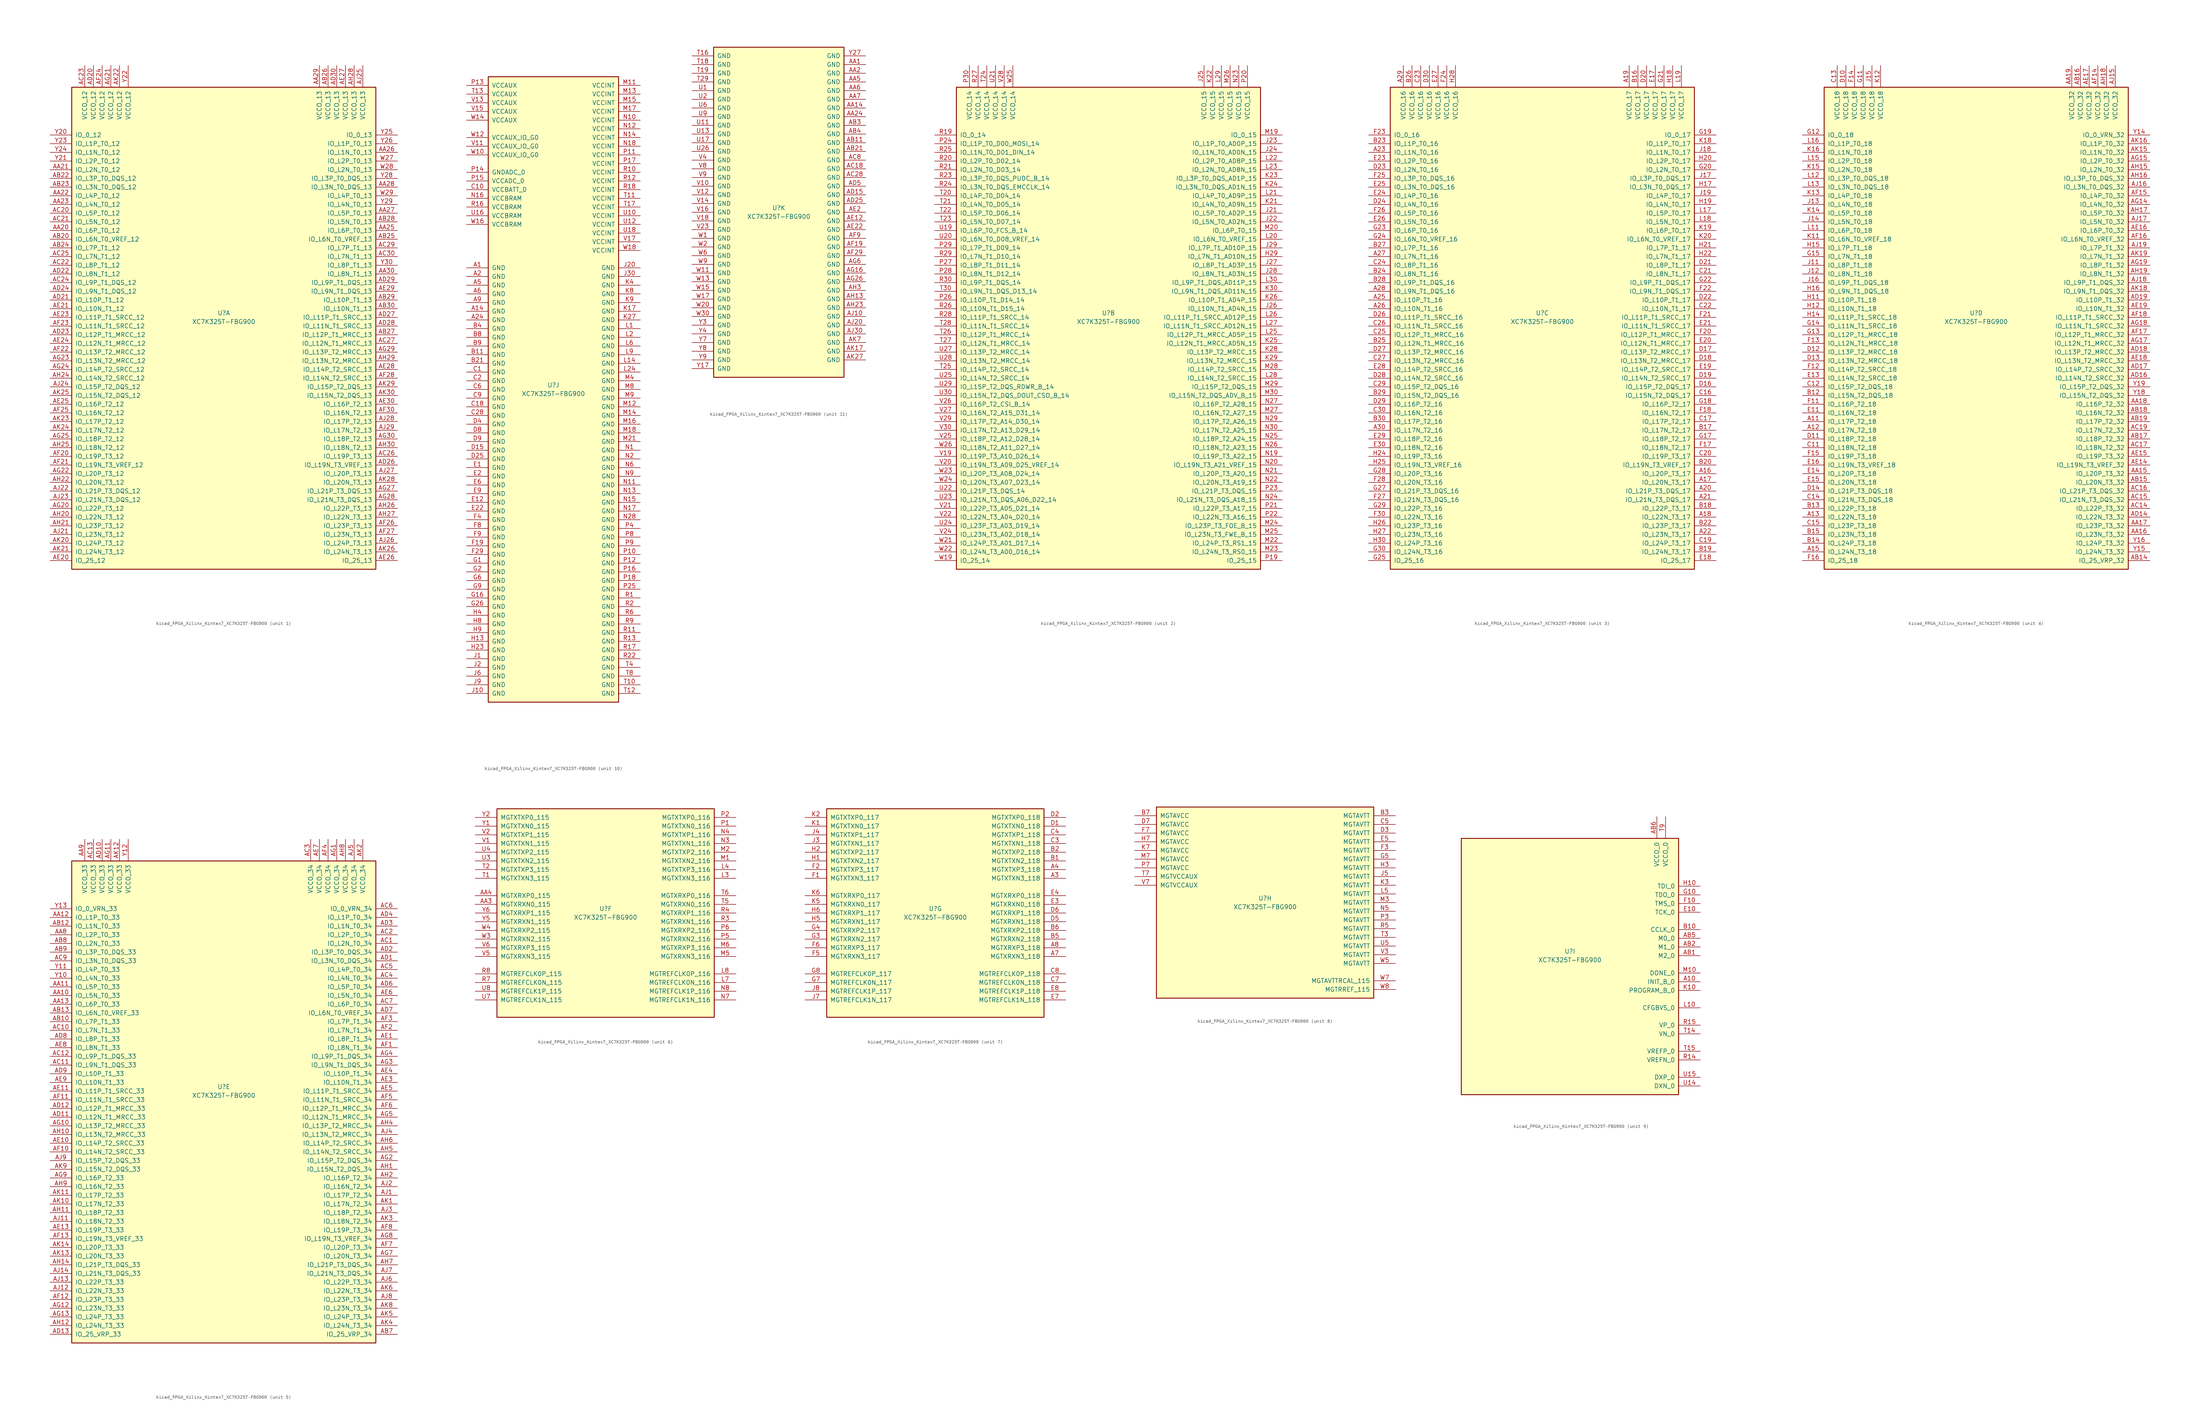
<source format=kicad_sym>
(kicad_symbol_lib
  (version 20220914)
  (generator kicad_symbol_editor)
  (symbol "kicad_FPGA_Xilinx_Kintex7_XC7K325T-FBG900"
    (pin_names
      (offset 1.016))
    (property "Reference" "U"
      (at 0 1.27 0)
      (effects (font (size 1.27 1.27))))
    (property "Value" "XC7K325T-FBG900"
      (at 0 -1.27 0)
      (effects (font (size 1.27 1.27))))
    (property "Datasheet" ""
      (at 0 0 0)
      (effects (font (size 1.27 1.27))))
    (property "ki_locked" ""
      (at 0 0 0)
      (effects (font (size 1.27 1.27))))
    (symbol "kicad_FPGA_Xilinx_Kintex7_XC7K325T-FBG900_1_1"
      (rectangle (start -44.45 67.31) (end 44.45 -73.66) (stroke (width 0.254) (type default)) (fill (type background)))
      (pin bidirectional line (at -50.8 25.4 0) (length 6.35) (name "IO_L6P_T0_12" (effects (font (size 1.27 1.27)))) (number "AA20" (effects (font (size 1.27 1.27)))))
      (pin bidirectional line (at -50.8 43.18 0) (length 6.35) (name "IO_L2N_T0_12" (effects (font (size 1.27 1.27)))) (number "AA21" (effects (font (size 1.27 1.27)))))
      (pin bidirectional line (at -50.8 35.56 0) (length 6.35) (name "IO_L4P_T0_12" (effects (font (size 1.27 1.27)))) (number "AA22" (effects (font (size 1.27 1.27)))))
      (pin bidirectional line (at -50.8 33.02 0) (length 6.35) (name "IO_L4N_T0_12" (effects (font (size 1.27 1.27)))) (number "AA23" (effects (font (size 1.27 1.27)))))
      (pin bidirectional line (at 50.8 25.4 180) (length 6.35) (name "IO_L6P_T0_13" (effects (font (size 1.27 1.27)))) (number "AA25" (effects (font (size 1.27 1.27)))))
      (pin bidirectional line (at 50.8 48.26 180) (length 6.35) (name "IO_L1N_T0_13" (effects (font (size 1.27 1.27)))) (number "AA26" (effects (font (size 1.27 1.27)))))
      (pin bidirectional line (at 50.8 30.48 180) (length 6.35) (name "IO_L5P_T0_13" (effects (font (size 1.27 1.27)))) (number "AA27" (effects (font (size 1.27 1.27)))))
      (pin bidirectional line (at 50.8 38.1 180) (length 6.35) (name "IO_L3N_T0_DQS_13" (effects (font (size 1.27 1.27)))) (number "AA28" (effects (font (size 1.27 1.27)))))
      (pin power_in line (at 27.94 73.66 270) (length 6.35) (name "VCCO_13" (effects (font (size 1.27 1.27)))) (number "AA29" (effects (font (size 1.27 1.27)))))
      (pin bidirectional line (at 50.8 12.7 180) (length 6.35) (name "IO_L8N_T1_13" (effects (font (size 1.27 1.27)))) (number "AA30" (effects (font (size 1.27 1.27)))))
      (pin bidirectional line (at -50.8 22.86 0) (length 6.35) (name "IO_L6N_T0_VREF_12" (effects (font (size 1.27 1.27)))) (number "AB20" (effects (font (size 1.27 1.27)))))
      (pin bidirectional line (at -50.8 40.64 0) (length 6.35) (name "IO_L3P_T0_DQS_12" (effects (font (size 1.27 1.27)))) (number "AB22" (effects (font (size 1.27 1.27)))))
      (pin bidirectional line (at -50.8 38.1 0) (length 6.35) (name "IO_L3N_T0_DQS_12" (effects (font (size 1.27 1.27)))) (number "AB23" (effects (font (size 1.27 1.27)))))
      (pin bidirectional line (at -50.8 20.32 0) (length 6.35) (name "IO_L7P_T1_12" (effects (font (size 1.27 1.27)))) (number "AB24" (effects (font (size 1.27 1.27)))))
      (pin bidirectional line (at 50.8 22.86 180) (length 6.35) (name "IO_L6N_T0_VREF_13" (effects (font (size 1.27 1.27)))) (number "AB25" (effects (font (size 1.27 1.27)))))
      (pin power_in line (at 30.48 73.66 270) (length 6.35) (name "VCCO_13" (effects (font (size 1.27 1.27)))) (number "AB26" (effects (font (size 1.27 1.27)))))
      (pin bidirectional line (at 50.8 -5.08 180) (length 6.35) (name "IO_L12P_T1_MRCC_13" (effects (font (size 1.27 1.27)))) (number "AB27" (effects (font (size 1.27 1.27)))))
      (pin bidirectional line (at 50.8 27.94 180) (length 6.35) (name "IO_L5N_T0_13" (effects (font (size 1.27 1.27)))) (number "AB28" (effects (font (size 1.27 1.27)))))
      (pin bidirectional line (at 50.8 5.08 180) (length 6.35) (name "IO_L10P_T1_13" (effects (font (size 1.27 1.27)))) (number "AB29" (effects (font (size 1.27 1.27)))))
      (pin bidirectional line (at 50.8 2.54 180) (length 6.35) (name "IO_L10N_T1_13" (effects (font (size 1.27 1.27)))) (number "AB30" (effects (font (size 1.27 1.27)))))
      (pin bidirectional line (at -50.8 30.48 0) (length 6.35) (name "IO_L5P_T0_12" (effects (font (size 1.27 1.27)))) (number "AC20" (effects (font (size 1.27 1.27)))))
      (pin bidirectional line (at -50.8 27.94 0) (length 6.35) (name "IO_L5N_T0_12" (effects (font (size 1.27 1.27)))) (number "AC21" (effects (font (size 1.27 1.27)))))
      (pin bidirectional line (at -50.8 15.24 0) (length 6.35) (name "IO_L8P_T1_12" (effects (font (size 1.27 1.27)))) (number "AC22" (effects (font (size 1.27 1.27)))))
      (pin power_in line (at -40.64 73.66 270) (length 6.35) (name "VCCO_12" (effects (font (size 1.27 1.27)))) (number "AC23" (effects (font (size 1.27 1.27)))))
      (pin bidirectional line (at -50.8 10.16 0) (length 6.35) (name "IO_L9P_T1_DQS_12" (effects (font (size 1.27 1.27)))) (number "AC24" (effects (font (size 1.27 1.27)))))
      (pin bidirectional line (at -50.8 17.78 0) (length 6.35) (name "IO_L7N_T1_12" (effects (font (size 1.27 1.27)))) (number "AC25" (effects (font (size 1.27 1.27)))))
      (pin bidirectional line (at 50.8 -40.64 180) (length 6.35) (name "IO_L19P_T3_13" (effects (font (size 1.27 1.27)))) (number "AC26" (effects (font (size 1.27 1.27)))))
      (pin bidirectional line (at 50.8 -7.62 180) (length 6.35) (name "IO_L12N_T1_MRCC_13" (effects (font (size 1.27 1.27)))) (number "AC27" (effects (font (size 1.27 1.27)))))
      (pin bidirectional line (at 50.8 20.32 180) (length 6.35) (name "IO_L7P_T1_13" (effects (font (size 1.27 1.27)))) (number "AC29" (effects (font (size 1.27 1.27)))))
      (pin bidirectional line (at 50.8 17.78 180) (length 6.35) (name "IO_L7N_T1_13" (effects (font (size 1.27 1.27)))) (number "AC30" (effects (font (size 1.27 1.27)))))
      (pin power_in line (at -38.1 73.66 270) (length 6.35) (name "VCCO_12" (effects (font (size 1.27 1.27)))) (number "AD20" (effects (font (size 1.27 1.27)))))
      (pin bidirectional line (at -50.8 5.08 0) (length 6.35) (name "IO_L10P_T1_12" (effects (font (size 1.27 1.27)))) (number "AD21" (effects (font (size 1.27 1.27)))))
      (pin bidirectional line (at -50.8 12.7 0) (length 6.35) (name "IO_L8N_T1_12" (effects (font (size 1.27 1.27)))) (number "AD22" (effects (font (size 1.27 1.27)))))
      (pin bidirectional line (at -50.8 -5.08 0) (length 6.35) (name "IO_L12P_T1_MRCC_12" (effects (font (size 1.27 1.27)))) (number "AD23" (effects (font (size 1.27 1.27)))))
      (pin bidirectional line (at -50.8 7.62 0) (length 6.35) (name "IO_L9N_T1_DQS_12" (effects (font (size 1.27 1.27)))) (number "AD24" (effects (font (size 1.27 1.27)))))
      (pin bidirectional line (at 50.8 -43.18 180) (length 6.35) (name "IO_L19N_T3_VREF_13" (effects (font (size 1.27 1.27)))) (number "AD26" (effects (font (size 1.27 1.27)))))
      (pin bidirectional line (at 50.8 0 180) (length 6.35) (name "IO_L11P_T1_SRCC_13" (effects (font (size 1.27 1.27)))) (number "AD27" (effects (font (size 1.27 1.27)))))
      (pin bidirectional line (at 50.8 -2.54 180) (length 6.35) (name "IO_L11N_T1_SRCC_13" (effects (font (size 1.27 1.27)))) (number "AD28" (effects (font (size 1.27 1.27)))))
      (pin bidirectional line (at 50.8 10.16 180) (length 6.35) (name "IO_L9P_T1_DQS_13" (effects (font (size 1.27 1.27)))) (number "AD29" (effects (font (size 1.27 1.27)))))
      (pin power_in line (at 33.02 73.66 270) (length 6.35) (name "VCCO_13" (effects (font (size 1.27 1.27)))) (number "AD30" (effects (font (size 1.27 1.27)))))
      (pin bidirectional line (at -50.8 -71.12 0) (length 6.35) (name "IO_25_12" (effects (font (size 1.27 1.27)))) (number "AE20" (effects (font (size 1.27 1.27)))))
      (pin bidirectional line (at -50.8 2.54 0) (length 6.35) (name "IO_L10N_T1_12" (effects (font (size 1.27 1.27)))) (number "AE21" (effects (font (size 1.27 1.27)))))
      (pin bidirectional line (at -50.8 0 0) (length 6.35) (name "IO_L11P_T1_SRCC_12" (effects (font (size 1.27 1.27)))) (number "AE23" (effects (font (size 1.27 1.27)))))
      (pin bidirectional line (at -50.8 -7.62 0) (length 6.35) (name "IO_L12N_T1_MRCC_12" (effects (font (size 1.27 1.27)))) (number "AE24" (effects (font (size 1.27 1.27)))))
      (pin bidirectional line (at -50.8 -25.4 0) (length 6.35) (name "IO_L16P_T2_12" (effects (font (size 1.27 1.27)))) (number "AE25" (effects (font (size 1.27 1.27)))))
      (pin bidirectional line (at 50.8 -71.12 180) (length 6.35) (name "IO_25_13" (effects (font (size 1.27 1.27)))) (number "AE26" (effects (font (size 1.27 1.27)))))
      (pin power_in line (at 35.56 73.66 270) (length 6.35) (name "VCCO_13" (effects (font (size 1.27 1.27)))) (number "AE27" (effects (font (size 1.27 1.27)))))
      (pin bidirectional line (at 50.8 -15.24 180) (length 6.35) (name "IO_L14P_T2_SRCC_13" (effects (font (size 1.27 1.27)))) (number "AE28" (effects (font (size 1.27 1.27)))))
      (pin bidirectional line (at 50.8 7.62 180) (length 6.35) (name "IO_L9N_T1_DQS_13" (effects (font (size 1.27 1.27)))) (number "AE29" (effects (font (size 1.27 1.27)))))
      (pin bidirectional line (at 50.8 -25.4 180) (length 6.35) (name "IO_L16P_T2_13" (effects (font (size 1.27 1.27)))) (number "AE30" (effects (font (size 1.27 1.27)))))
      (pin bidirectional line (at -50.8 -40.64 0) (length 6.35) (name "IO_L19P_T3_12" (effects (font (size 1.27 1.27)))) (number "AF20" (effects (font (size 1.27 1.27)))))
      (pin bidirectional line (at -50.8 -43.18 0) (length 6.35) (name "IO_L19N_T3_VREF_12" (effects (font (size 1.27 1.27)))) (number "AF21" (effects (font (size 1.27 1.27)))))
      (pin bidirectional line (at -50.8 -10.16 0) (length 6.35) (name "IO_L13P_T2_MRCC_12" (effects (font (size 1.27 1.27)))) (number "AF22" (effects (font (size 1.27 1.27)))))
      (pin bidirectional line (at -50.8 -2.54 0) (length 6.35) (name "IO_L11N_T1_SRCC_12" (effects (font (size 1.27 1.27)))) (number "AF23" (effects (font (size 1.27 1.27)))))
      (pin power_in line (at -35.56 73.66 270) (length 6.35) (name "VCCO_12" (effects (font (size 1.27 1.27)))) (number "AF24" (effects (font (size 1.27 1.27)))))
      (pin bidirectional line (at -50.8 -27.94 0) (length 6.35) (name "IO_L16N_T2_12" (effects (font (size 1.27 1.27)))) (number "AF25" (effects (font (size 1.27 1.27)))))
      (pin bidirectional line (at 50.8 -60.96 180) (length 6.35) (name "IO_L23P_T3_13" (effects (font (size 1.27 1.27)))) (number "AF26" (effects (font (size 1.27 1.27)))))
      (pin bidirectional line (at 50.8 -63.5 180) (length 6.35) (name "IO_L23N_T3_13" (effects (font (size 1.27 1.27)))) (number "AF27" (effects (font (size 1.27 1.27)))))
      (pin bidirectional line (at 50.8 -17.78 180) (length 6.35) (name "IO_L14N_T2_SRCC_13" (effects (font (size 1.27 1.27)))) (number "AF28" (effects (font (size 1.27 1.27)))))
      (pin bidirectional line (at 50.8 -27.94 180) (length 6.35) (name "IO_L16N_T2_13" (effects (font (size 1.27 1.27)))) (number "AF30" (effects (font (size 1.27 1.27)))))
      (pin bidirectional line (at -50.8 -55.88 0) (length 6.35) (name "IO_L22P_T3_12" (effects (font (size 1.27 1.27)))) (number "AG20" (effects (font (size 1.27 1.27)))))
      (pin power_in line (at -33.02 73.66 270) (length 6.35) (name "VCCO_12" (effects (font (size 1.27 1.27)))) (number "AG21" (effects (font (size 1.27 1.27)))))
      (pin bidirectional line (at -50.8 -45.72 0) (length 6.35) (name "IO_L20P_T3_12" (effects (font (size 1.27 1.27)))) (number "AG22" (effects (font (size 1.27 1.27)))))
      (pin bidirectional line (at -50.8 -12.7 0) (length 6.35) (name "IO_L13N_T2_MRCC_12" (effects (font (size 1.27 1.27)))) (number "AG23" (effects (font (size 1.27 1.27)))))
      (pin bidirectional line (at -50.8 -15.24 0) (length 6.35) (name "IO_L14P_T2_SRCC_12" (effects (font (size 1.27 1.27)))) (number "AG24" (effects (font (size 1.27 1.27)))))
      (pin bidirectional line (at -50.8 -35.56 0) (length 6.35) (name "IO_L18P_T2_12" (effects (font (size 1.27 1.27)))) (number "AG25" (effects (font (size 1.27 1.27)))))
      (pin bidirectional line (at 50.8 -50.8 180) (length 6.35) (name "IO_L21P_T3_DQS_13" (effects (font (size 1.27 1.27)))) (number "AG27" (effects (font (size 1.27 1.27)))))
      (pin bidirectional line (at 50.8 -53.34 180) (length 6.35) (name "IO_L21N_T3_DQS_13" (effects (font (size 1.27 1.27)))) (number "AG28" (effects (font (size 1.27 1.27)))))
      (pin bidirectional line (at 50.8 -10.16 180) (length 6.35) (name "IO_L13P_T2_MRCC_13" (effects (font (size 1.27 1.27)))) (number "AG29" (effects (font (size 1.27 1.27)))))
      (pin bidirectional line (at 50.8 -35.56 180) (length 6.35) (name "IO_L18P_T2_13" (effects (font (size 1.27 1.27)))) (number "AG30" (effects (font (size 1.27 1.27)))))
      (pin bidirectional line (at -50.8 -58.42 0) (length 6.35) (name "IO_L22N_T3_12" (effects (font (size 1.27 1.27)))) (number "AH20" (effects (font (size 1.27 1.27)))))
      (pin bidirectional line (at -50.8 -60.96 0) (length 6.35) (name "IO_L23P_T3_12" (effects (font (size 1.27 1.27)))) (number "AH21" (effects (font (size 1.27 1.27)))))
      (pin bidirectional line (at -50.8 -48.26 0) (length 6.35) (name "IO_L20N_T3_12" (effects (font (size 1.27 1.27)))) (number "AH22" (effects (font (size 1.27 1.27)))))
      (pin bidirectional line (at -50.8 -17.78 0) (length 6.35) (name "IO_L14N_T2_SRCC_12" (effects (font (size 1.27 1.27)))) (number "AH24" (effects (font (size 1.27 1.27)))))
      (pin bidirectional line (at -50.8 -38.1 0) (length 6.35) (name "IO_L18N_T2_12" (effects (font (size 1.27 1.27)))) (number "AH25" (effects (font (size 1.27 1.27)))))
      (pin bidirectional line (at 50.8 -55.88 180) (length 6.35) (name "IO_L22P_T3_13" (effects (font (size 1.27 1.27)))) (number "AH26" (effects (font (size 1.27 1.27)))))
      (pin bidirectional line (at 50.8 -58.42 180) (length 6.35) (name "IO_L22N_T3_13" (effects (font (size 1.27 1.27)))) (number "AH27" (effects (font (size 1.27 1.27)))))
      (pin power_in line (at 38.1 73.66 270) (length 6.35) (name "VCCO_13" (effects (font (size 1.27 1.27)))) (number "AH28" (effects (font (size 1.27 1.27)))))
      (pin bidirectional line (at 50.8 -12.7 180) (length 6.35) (name "IO_L13N_T2_MRCC_13" (effects (font (size 1.27 1.27)))) (number "AH29" (effects (font (size 1.27 1.27)))))
      (pin bidirectional line (at 50.8 -38.1 180) (length 6.35) (name "IO_L18N_T2_13" (effects (font (size 1.27 1.27)))) (number "AH30" (effects (font (size 1.27 1.27)))))
      (pin bidirectional line (at -50.8 -63.5 0) (length 6.35) (name "IO_L23N_T3_12" (effects (font (size 1.27 1.27)))) (number "AJ21" (effects (font (size 1.27 1.27)))))
      (pin bidirectional line (at -50.8 -50.8 0) (length 6.35) (name "IO_L21P_T3_DQS_12" (effects (font (size 1.27 1.27)))) (number "AJ22" (effects (font (size 1.27 1.27)))))
      (pin bidirectional line (at -50.8 -53.34 0) (length 6.35) (name "IO_L21N_T3_DQS_12" (effects (font (size 1.27 1.27)))) (number "AJ23" (effects (font (size 1.27 1.27)))))
      (pin bidirectional line (at -50.8 -20.32 0) (length 6.35) (name "IO_L15P_T2_DQS_12" (effects (font (size 1.27 1.27)))) (number "AJ24" (effects (font (size 1.27 1.27)))))
      (pin power_in line (at 40.64 73.66 270) (length 6.35) (name "VCCO_13" (effects (font (size 1.27 1.27)))) (number "AJ25" (effects (font (size 1.27 1.27)))))
      (pin bidirectional line (at 50.8 -66.04 180) (length 6.35) (name "IO_L24P_T3_13" (effects (font (size 1.27 1.27)))) (number "AJ26" (effects (font (size 1.27 1.27)))))
      (pin bidirectional line (at 50.8 -45.72 180) (length 6.35) (name "IO_L20P_T3_13" (effects (font (size 1.27 1.27)))) (number "AJ27" (effects (font (size 1.27 1.27)))))
      (pin bidirectional line (at 50.8 -30.48 180) (length 6.35) (name "IO_L17P_T2_13" (effects (font (size 1.27 1.27)))) (number "AJ28" (effects (font (size 1.27 1.27)))))
      (pin bidirectional line (at 50.8 -33.02 180) (length 6.35) (name "IO_L17N_T2_13" (effects (font (size 1.27 1.27)))) (number "AJ29" (effects (font (size 1.27 1.27)))))
      (pin bidirectional line (at -50.8 -66.04 0) (length 6.35) (name "IO_L24P_T3_12" (effects (font (size 1.27 1.27)))) (number "AK20" (effects (font (size 1.27 1.27)))))
      (pin bidirectional line (at -50.8 -68.58 0) (length 6.35) (name "IO_L24N_T3_12" (effects (font (size 1.27 1.27)))) (number "AK21" (effects (font (size 1.27 1.27)))))
      (pin power_in line (at -30.48 73.66 270) (length 6.35) (name "VCCO_12" (effects (font (size 1.27 1.27)))) (number "AK22" (effects (font (size 1.27 1.27)))))
      (pin bidirectional line (at -50.8 -30.48 0) (length 6.35) (name "IO_L17P_T2_12" (effects (font (size 1.27 1.27)))) (number "AK23" (effects (font (size 1.27 1.27)))))
      (pin bidirectional line (at -50.8 -33.02 0) (length 6.35) (name "IO_L17N_T2_12" (effects (font (size 1.27 1.27)))) (number "AK24" (effects (font (size 1.27 1.27)))))
      (pin bidirectional line (at -50.8 -22.86 0) (length 6.35) (name "IO_L15N_T2_DQS_12" (effects (font (size 1.27 1.27)))) (number "AK25" (effects (font (size 1.27 1.27)))))
      (pin bidirectional line (at 50.8 -68.58 180) (length 6.35) (name "IO_L24N_T3_13" (effects (font (size 1.27 1.27)))) (number "AK26" (effects (font (size 1.27 1.27)))))
      (pin bidirectional line (at 50.8 -48.26 180) (length 6.35) (name "IO_L20N_T3_13" (effects (font (size 1.27 1.27)))) (number "AK28" (effects (font (size 1.27 1.27)))))
      (pin bidirectional line (at 50.8 -20.32 180) (length 6.35) (name "IO_L15P_T2_DQS_13" (effects (font (size 1.27 1.27)))) (number "AK29" (effects (font (size 1.27 1.27)))))
      (pin bidirectional line (at 50.8 -22.86 180) (length 6.35) (name "IO_L15N_T2_DQS_13" (effects (font (size 1.27 1.27)))) (number "AK30" (effects (font (size 1.27 1.27)))))
      (pin bidirectional line (at 50.8 45.72 180) (length 6.35) (name "IO_L2P_T0_13" (effects (font (size 1.27 1.27)))) (number "W27" (effects (font (size 1.27 1.27)))))
      (pin bidirectional line (at 50.8 43.18 180) (length 6.35) (name "IO_L2N_T0_13" (effects (font (size 1.27 1.27)))) (number "W28" (effects (font (size 1.27 1.27)))))
      (pin bidirectional line (at 50.8 35.56 180) (length 6.35) (name "IO_L4P_T0_13" (effects (font (size 1.27 1.27)))) (number "W29" (effects (font (size 1.27 1.27)))))
      (pin bidirectional line (at -50.8 53.34 0) (length 6.35) (name "IO_0_12" (effects (font (size 1.27 1.27)))) (number "Y20" (effects (font (size 1.27 1.27)))))
      (pin bidirectional line (at -50.8 45.72 0) (length 6.35) (name "IO_L2P_T0_12" (effects (font (size 1.27 1.27)))) (number "Y21" (effects (font (size 1.27 1.27)))))
      (pin power_in line (at -27.94 73.66 270) (length 6.35) (name "VCCO_12" (effects (font (size 1.27 1.27)))) (number "Y22" (effects (font (size 1.27 1.27)))))
      (pin bidirectional line (at -50.8 50.8 0) (length 6.35) (name "IO_L1P_T0_12" (effects (font (size 1.27 1.27)))) (number "Y23" (effects (font (size 1.27 1.27)))))
      (pin bidirectional line (at -50.8 48.26 0) (length 6.35) (name "IO_L1N_T0_12" (effects (font (size 1.27 1.27)))) (number "Y24" (effects (font (size 1.27 1.27)))))
      (pin bidirectional line (at 50.8 53.34 180) (length 6.35) (name "IO_0_13" (effects (font (size 1.27 1.27)))) (number "Y25" (effects (font (size 1.27 1.27)))))
      (pin bidirectional line (at 50.8 50.8 180) (length 6.35) (name "IO_L1P_T0_13" (effects (font (size 1.27 1.27)))) (number "Y26" (effects (font (size 1.27 1.27)))))
      (pin bidirectional line (at 50.8 40.64 180) (length 6.35) (name "IO_L3P_T0_DQS_13" (effects (font (size 1.27 1.27)))) (number "Y28" (effects (font (size 1.27 1.27)))))
      (pin bidirectional line (at 50.8 33.02 180) (length 6.35) (name "IO_L4N_T0_13" (effects (font (size 1.27 1.27)))) (number "Y29" (effects (font (size 1.27 1.27)))))
      (pin bidirectional line (at 50.8 15.24 180) (length 6.35) (name "IO_L8P_T1_13" (effects (font (size 1.27 1.27)))) (number "Y30" (effects (font (size 1.27 1.27))))))
    (symbol "kicad_FPGA_Xilinx_Kintex7_XC7K325T-FBG900_2_1"
      (rectangle (start -44.45 67.31) (end 44.45 -73.66) (stroke (width 0.254) (type default)) (fill (type background)))
      (pin bidirectional line (at 50.8 17.78 180) (length 6.35) (name "IO_L7N_T1_AD10N_15" (effects (font (size 1.27 1.27)))) (number "H29" (effects (font (size 1.27 1.27)))))
      (pin bidirectional line (at 50.8 30.48 180) (length 6.35) (name "IO_L5P_T0_AD2P_15" (effects (font (size 1.27 1.27)))) (number "J21" (effects (font (size 1.27 1.27)))))
      (pin bidirectional line (at 50.8 27.94 180) (length 6.35) (name "IO_L5N_T0_AD2N_15" (effects (font (size 1.27 1.27)))) (number "J22" (effects (font (size 1.27 1.27)))))
      (pin bidirectional line (at 50.8 50.8 180) (length 6.35) (name "IO_L1P_T0_AD0P_15" (effects (font (size 1.27 1.27)))) (number "J23" (effects (font (size 1.27 1.27)))))
      (pin bidirectional line (at 50.8 48.26 180) (length 6.35) (name "IO_L1N_T0_AD0N_15" (effects (font (size 1.27 1.27)))) (number "J24" (effects (font (size 1.27 1.27)))))
      (pin power_in line (at 27.94 73.66 270) (length 6.35) (name "VCCO_15" (effects (font (size 1.27 1.27)))) (number "J25" (effects (font (size 1.27 1.27)))))
      (pin bidirectional line (at 50.8 2.54 180) (length 6.35) (name "IO_L10N_T1_AD4N_15" (effects (font (size 1.27 1.27)))) (number "J26" (effects (font (size 1.27 1.27)))))
      (pin bidirectional line (at 50.8 15.24 180) (length 6.35) (name "IO_L8P_T1_AD3P_15" (effects (font (size 1.27 1.27)))) (number "J27" (effects (font (size 1.27 1.27)))))
      (pin bidirectional line (at 50.8 12.7 180) (length 6.35) (name "IO_L8N_T1_AD3N_15" (effects (font (size 1.27 1.27)))) (number "J28" (effects (font (size 1.27 1.27)))))
      (pin bidirectional line (at 50.8 20.32 180) (length 6.35) (name "IO_L7P_T1_AD10P_15" (effects (font (size 1.27 1.27)))) (number "J29" (effects (font (size 1.27 1.27)))))
      (pin bidirectional line (at 50.8 33.02 180) (length 6.35) (name "IO_L4N_T0_AD9N_15" (effects (font (size 1.27 1.27)))) (number "K21" (effects (font (size 1.27 1.27)))))
      (pin power_in line (at 30.48 73.66 270) (length 6.35) (name "VCCO_15" (effects (font (size 1.27 1.27)))) (number "K22" (effects (font (size 1.27 1.27)))))
      (pin bidirectional line (at 50.8 40.64 180) (length 6.35) (name "IO_L3P_T0_DQS_AD1P_15" (effects (font (size 1.27 1.27)))) (number "K23" (effects (font (size 1.27 1.27)))))
      (pin bidirectional line (at 50.8 38.1 180) (length 6.35) (name "IO_L3N_T0_DQS_AD1N_15" (effects (font (size 1.27 1.27)))) (number "K24" (effects (font (size 1.27 1.27)))))
      (pin bidirectional line (at 50.8 -7.62 180) (length 6.35) (name "IO_L12N_T1_MRCC_AD5N_15" (effects (font (size 1.27 1.27)))) (number "K25" (effects (font (size 1.27 1.27)))))
      (pin bidirectional line (at 50.8 5.08 180) (length 6.35) (name "IO_L10P_T1_AD4P_15" (effects (font (size 1.27 1.27)))) (number "K26" (effects (font (size 1.27 1.27)))))
      (pin bidirectional line (at 50.8 -10.16 180) (length 6.35) (name "IO_L13P_T2_MRCC_15" (effects (font (size 1.27 1.27)))) (number "K28" (effects (font (size 1.27 1.27)))))
      (pin bidirectional line (at 50.8 -12.7 180) (length 6.35) (name "IO_L13N_T2_MRCC_15" (effects (font (size 1.27 1.27)))) (number "K29" (effects (font (size 1.27 1.27)))))
      (pin bidirectional line (at 50.8 7.62 180) (length 6.35) (name "IO_L9N_T1_DQS_AD11N_15" (effects (font (size 1.27 1.27)))) (number "K30" (effects (font (size 1.27 1.27)))))
      (pin bidirectional line (at 50.8 22.86 180) (length 6.35) (name "IO_L6N_T0_VREF_15" (effects (font (size 1.27 1.27)))) (number "L20" (effects (font (size 1.27 1.27)))))
      (pin bidirectional line (at 50.8 35.56 180) (length 6.35) (name "IO_L4P_T0_AD9P_15" (effects (font (size 1.27 1.27)))) (number "L21" (effects (font (size 1.27 1.27)))))
      (pin bidirectional line (at 50.8 45.72 180) (length 6.35) (name "IO_L2P_T0_AD8P_15" (effects (font (size 1.27 1.27)))) (number "L22" (effects (font (size 1.27 1.27)))))
      (pin bidirectional line (at 50.8 43.18 180) (length 6.35) (name "IO_L2N_T0_AD8N_15" (effects (font (size 1.27 1.27)))) (number "L23" (effects (font (size 1.27 1.27)))))
      (pin bidirectional line (at 50.8 -5.08 180) (length 6.35) (name "IO_L12P_T1_MRCC_AD5P_15" (effects (font (size 1.27 1.27)))) (number "L25" (effects (font (size 1.27 1.27)))))
      (pin bidirectional line (at 50.8 0 180) (length 6.35) (name "IO_L11P_T1_SRCC_AD12P_15" (effects (font (size 1.27 1.27)))) (number "L26" (effects (font (size 1.27 1.27)))))
      (pin bidirectional line (at 50.8 -2.54 180) (length 6.35) (name "IO_L11N_T1_SRCC_AD12N_15" (effects (font (size 1.27 1.27)))) (number "L27" (effects (font (size 1.27 1.27)))))
      (pin bidirectional line (at 50.8 -17.78 180) (length 6.35) (name "IO_L14N_T2_SRCC_15" (effects (font (size 1.27 1.27)))) (number "L28" (effects (font (size 1.27 1.27)))))
      (pin power_in line (at 33.02 73.66 270) (length 6.35) (name "VCCO_15" (effects (font (size 1.27 1.27)))) (number "L29" (effects (font (size 1.27 1.27)))))
      (pin bidirectional line (at 50.8 10.16 180) (length 6.35) (name "IO_L9P_T1_DQS_AD11P_15" (effects (font (size 1.27 1.27)))) (number "L30" (effects (font (size 1.27 1.27)))))
      (pin bidirectional line (at 50.8 53.34 180) (length 6.35) (name "IO_0_15" (effects (font (size 1.27 1.27)))) (number "M19" (effects (font (size 1.27 1.27)))))
      (pin bidirectional line (at 50.8 25.4 180) (length 6.35) (name "IO_L6P_T0_15" (effects (font (size 1.27 1.27)))) (number "M20" (effects (font (size 1.27 1.27)))))
      (pin bidirectional line (at 50.8 -66.04 180) (length 6.35) (name "IO_L24P_T3_RS1_15" (effects (font (size 1.27 1.27)))) (number "M22" (effects (font (size 1.27 1.27)))))
      (pin bidirectional line (at 50.8 -68.58 180) (length 6.35) (name "IO_L24N_T3_RS0_15" (effects (font (size 1.27 1.27)))) (number "M23" (effects (font (size 1.27 1.27)))))
      (pin bidirectional line (at 50.8 -60.96 180) (length 6.35) (name "IO_L23P_T3_FOE_B_15" (effects (font (size 1.27 1.27)))) (number "M24" (effects (font (size 1.27 1.27)))))
      (pin bidirectional line (at 50.8 -63.5 180) (length 6.35) (name "IO_L23N_T3_FWE_B_15" (effects (font (size 1.27 1.27)))) (number "M25" (effects (font (size 1.27 1.27)))))
      (pin power_in line (at 35.56 73.66 270) (length 6.35) (name "VCCO_15" (effects (font (size 1.27 1.27)))) (number "M26" (effects (font (size 1.27 1.27)))))
      (pin bidirectional line (at 50.8 -27.94 180) (length 6.35) (name "IO_L16N_T2_A27_15" (effects (font (size 1.27 1.27)))) (number "M27" (effects (font (size 1.27 1.27)))))
      (pin bidirectional line (at 50.8 -15.24 180) (length 6.35) (name "IO_L14P_T2_SRCC_15" (effects (font (size 1.27 1.27)))) (number "M28" (effects (font (size 1.27 1.27)))))
      (pin bidirectional line (at 50.8 -20.32 180) (length 6.35) (name "IO_L15P_T2_DQS_15" (effects (font (size 1.27 1.27)))) (number "M29" (effects (font (size 1.27 1.27)))))
      (pin bidirectional line (at 50.8 -22.86 180) (length 6.35) (name "IO_L15N_T2_DQS_ADV_B_15" (effects (font (size 1.27 1.27)))) (number "M30" (effects (font (size 1.27 1.27)))))
      (pin bidirectional line (at 50.8 -40.64 180) (length 6.35) (name "IO_L19P_T3_A22_15" (effects (font (size 1.27 1.27)))) (number "N19" (effects (font (size 1.27 1.27)))))
      (pin bidirectional line (at 50.8 -43.18 180) (length 6.35) (name "IO_L19N_T3_A21_VREF_15" (effects (font (size 1.27 1.27)))) (number "N20" (effects (font (size 1.27 1.27)))))
      (pin bidirectional line (at 50.8 -45.72 180) (length 6.35) (name "IO_L20P_T3_A20_15" (effects (font (size 1.27 1.27)))) (number "N21" (effects (font (size 1.27 1.27)))))
      (pin bidirectional line (at 50.8 -48.26 180) (length 6.35) (name "IO_L20N_T3_A19_15" (effects (font (size 1.27 1.27)))) (number "N22" (effects (font (size 1.27 1.27)))))
      (pin power_in line (at 38.1 73.66 270) (length 6.35) (name "VCCO_15" (effects (font (size 1.27 1.27)))) (number "N23" (effects (font (size 1.27 1.27)))))
      (pin bidirectional line (at 50.8 -53.34 180) (length 6.35) (name "IO_L21N_T3_DQS_A18_15" (effects (font (size 1.27 1.27)))) (number "N24" (effects (font (size 1.27 1.27)))))
      (pin bidirectional line (at 50.8 -35.56 180) (length 6.35) (name "IO_L18P_T2_A24_15" (effects (font (size 1.27 1.27)))) (number "N25" (effects (font (size 1.27 1.27)))))
      (pin bidirectional line (at 50.8 -38.1 180) (length 6.35) (name "IO_L18N_T2_A23_15" (effects (font (size 1.27 1.27)))) (number "N26" (effects (font (size 1.27 1.27)))))
      (pin bidirectional line (at 50.8 -25.4 180) (length 6.35) (name "IO_L16P_T2_A28_15" (effects (font (size 1.27 1.27)))) (number "N27" (effects (font (size 1.27 1.27)))))
      (pin bidirectional line (at 50.8 -30.48 180) (length 6.35) (name "IO_L17P_T2_A26_15" (effects (font (size 1.27 1.27)))) (number "N29" (effects (font (size 1.27 1.27)))))
      (pin bidirectional line (at 50.8 -33.02 180) (length 6.35) (name "IO_L17N_T2_A25_15" (effects (font (size 1.27 1.27)))) (number "N30" (effects (font (size 1.27 1.27)))))
      (pin bidirectional line (at 50.8 -71.12 180) (length 6.35) (name "IO_25_15" (effects (font (size 1.27 1.27)))) (number "P19" (effects (font (size 1.27 1.27)))))
      (pin power_in line (at 40.64 73.66 270) (length 6.35) (name "VCCO_15" (effects (font (size 1.27 1.27)))) (number "P20" (effects (font (size 1.27 1.27)))))
      (pin bidirectional line (at 50.8 -55.88 180) (length 6.35) (name "IO_L22P_T3_A17_15" (effects (font (size 1.27 1.27)))) (number "P21" (effects (font (size 1.27 1.27)))))
      (pin bidirectional line (at 50.8 -58.42 180) (length 6.35) (name "IO_L22N_T3_A16_15" (effects (font (size 1.27 1.27)))) (number "P22" (effects (font (size 1.27 1.27)))))
      (pin bidirectional line (at 50.8 -50.8 180) (length 6.35) (name "IO_L21P_T3_DQS_15" (effects (font (size 1.27 1.27)))) (number "P23" (effects (font (size 1.27 1.27)))))
      (pin bidirectional line (at -50.8 50.8 0) (length 6.35) (name "IO_L1P_T0_D00_MOSI_14" (effects (font (size 1.27 1.27)))) (number "P24" (effects (font (size 1.27 1.27)))))
      (pin bidirectional line (at -50.8 5.08 0) (length 6.35) (name "IO_L10P_T1_D14_14" (effects (font (size 1.27 1.27)))) (number "P26" (effects (font (size 1.27 1.27)))))
      (pin bidirectional line (at -50.8 15.24 0) (length 6.35) (name "IO_L8P_T1_D11_14" (effects (font (size 1.27 1.27)))) (number "P27" (effects (font (size 1.27 1.27)))))
      (pin bidirectional line (at -50.8 12.7 0) (length 6.35) (name "IO_L8N_T1_D12_14" (effects (font (size 1.27 1.27)))) (number "P28" (effects (font (size 1.27 1.27)))))
      (pin bidirectional line (at -50.8 20.32 0) (length 6.35) (name "IO_L7P_T1_D09_14" (effects (font (size 1.27 1.27)))) (number "P29" (effects (font (size 1.27 1.27)))))
      (pin power_in line (at -40.64 73.66 270) (length 6.35) (name "VCCO_14" (effects (font (size 1.27 1.27)))) (number "P30" (effects (font (size 1.27 1.27)))))
      (pin bidirectional line (at -50.8 53.34 0) (length 6.35) (name "IO_0_14" (effects (font (size 1.27 1.27)))) (number "R19" (effects (font (size 1.27 1.27)))))
      (pin bidirectional line (at -50.8 45.72 0) (length 6.35) (name "IO_L2P_T0_D02_14" (effects (font (size 1.27 1.27)))) (number "R20" (effects (font (size 1.27 1.27)))))
      (pin bidirectional line (at -50.8 43.18 0) (length 6.35) (name "IO_L2N_T0_D03_14" (effects (font (size 1.27 1.27)))) (number "R21" (effects (font (size 1.27 1.27)))))
      (pin bidirectional line (at -50.8 40.64 0) (length 6.35) (name "IO_L3P_T0_DQS_PUDC_B_14" (effects (font (size 1.27 1.27)))) (number "R23" (effects (font (size 1.27 1.27)))))
      (pin bidirectional line (at -50.8 38.1 0) (length 6.35) (name "IO_L3N_T0_DQS_EMCCLK_14" (effects (font (size 1.27 1.27)))) (number "R24" (effects (font (size 1.27 1.27)))))
      (pin bidirectional line (at -50.8 48.26 0) (length 6.35) (name "IO_L1N_T0_D01_DIN_14" (effects (font (size 1.27 1.27)))) (number "R25" (effects (font (size 1.27 1.27)))))
      (pin bidirectional line (at -50.8 2.54 0) (length 6.35) (name "IO_L10N_T1_D15_14" (effects (font (size 1.27 1.27)))) (number "R26" (effects (font (size 1.27 1.27)))))
      (pin power_in line (at -38.1 73.66 270) (length 6.35) (name "VCCO_14" (effects (font (size 1.27 1.27)))) (number "R27" (effects (font (size 1.27 1.27)))))
      (pin bidirectional line (at -50.8 0 0) (length 6.35) (name "IO_L11P_T1_SRCC_14" (effects (font (size 1.27 1.27)))) (number "R28" (effects (font (size 1.27 1.27)))))
      (pin bidirectional line (at -50.8 17.78 0) (length 6.35) (name "IO_L7N_T1_D10_14" (effects (font (size 1.27 1.27)))) (number "R29" (effects (font (size 1.27 1.27)))))
      (pin bidirectional line (at -50.8 10.16 0) (length 6.35) (name "IO_L9P_T1_DQS_14" (effects (font (size 1.27 1.27)))) (number "R30" (effects (font (size 1.27 1.27)))))
      (pin bidirectional line (at -50.8 35.56 0) (length 6.35) (name "IO_L4P_T0_D04_14" (effects (font (size 1.27 1.27)))) (number "T20" (effects (font (size 1.27 1.27)))))
      (pin bidirectional line (at -50.8 33.02 0) (length 6.35) (name "IO_L4N_T0_D05_14" (effects (font (size 1.27 1.27)))) (number "T21" (effects (font (size 1.27 1.27)))))
      (pin bidirectional line (at -50.8 30.48 0) (length 6.35) (name "IO_L5P_T0_D06_14" (effects (font (size 1.27 1.27)))) (number "T22" (effects (font (size 1.27 1.27)))))
      (pin bidirectional line (at -50.8 27.94 0) (length 6.35) (name "IO_L5N_T0_D07_14" (effects (font (size 1.27 1.27)))) (number "T23" (effects (font (size 1.27 1.27)))))
      (pin power_in line (at -35.56 73.66 270) (length 6.35) (name "VCCO_14" (effects (font (size 1.27 1.27)))) (number "T24" (effects (font (size 1.27 1.27)))))
      (pin bidirectional line (at -50.8 -15.24 0) (length 6.35) (name "IO_L14P_T2_SRCC_14" (effects (font (size 1.27 1.27)))) (number "T25" (effects (font (size 1.27 1.27)))))
      (pin bidirectional line (at -50.8 -5.08 0) (length 6.35) (name "IO_L12P_T1_MRCC_14" (effects (font (size 1.27 1.27)))) (number "T26" (effects (font (size 1.27 1.27)))))
      (pin bidirectional line (at -50.8 -7.62 0) (length 6.35) (name "IO_L12N_T1_MRCC_14" (effects (font (size 1.27 1.27)))) (number "T27" (effects (font (size 1.27 1.27)))))
      (pin bidirectional line (at -50.8 -2.54 0) (length 6.35) (name "IO_L11N_T1_SRCC_14" (effects (font (size 1.27 1.27)))) (number "T28" (effects (font (size 1.27 1.27)))))
      (pin bidirectional line (at -50.8 7.62 0) (length 6.35) (name "IO_L9N_T1_DQS_D13_14" (effects (font (size 1.27 1.27)))) (number "T30" (effects (font (size 1.27 1.27)))))
      (pin bidirectional line (at -50.8 25.4 0) (length 6.35) (name "IO_L6P_T0_FCS_B_14" (effects (font (size 1.27 1.27)))) (number "U19" (effects (font (size 1.27 1.27)))))
      (pin bidirectional line (at -50.8 22.86 0) (length 6.35) (name "IO_L6N_T0_D08_VREF_14" (effects (font (size 1.27 1.27)))) (number "U20" (effects (font (size 1.27 1.27)))))
      (pin power_in line (at -33.02 73.66 270) (length 6.35) (name "VCCO_14" (effects (font (size 1.27 1.27)))) (number "U21" (effects (font (size 1.27 1.27)))))
      (pin bidirectional line (at -50.8 -50.8 0) (length 6.35) (name "IO_L21P_T3_DQS_14" (effects (font (size 1.27 1.27)))) (number "U22" (effects (font (size 1.27 1.27)))))
      (pin bidirectional line (at -50.8 -53.34 0) (length 6.35) (name "IO_L21N_T3_DQS_A06_D22_14" (effects (font (size 1.27 1.27)))) (number "U23" (effects (font (size 1.27 1.27)))))
      (pin bidirectional line (at -50.8 -60.96 0) (length 6.35) (name "IO_L23P_T3_A03_D19_14" (effects (font (size 1.27 1.27)))) (number "U24" (effects (font (size 1.27 1.27)))))
      (pin bidirectional line (at -50.8 -17.78 0) (length 6.35) (name "IO_L14N_T2_SRCC_14" (effects (font (size 1.27 1.27)))) (number "U25" (effects (font (size 1.27 1.27)))))
      (pin bidirectional line (at -50.8 -10.16 0) (length 6.35) (name "IO_L13P_T2_MRCC_14" (effects (font (size 1.27 1.27)))) (number "U27" (effects (font (size 1.27 1.27)))))
      (pin bidirectional line (at -50.8 -12.7 0) (length 6.35) (name "IO_L13N_T2_MRCC_14" (effects (font (size 1.27 1.27)))) (number "U28" (effects (font (size 1.27 1.27)))))
      (pin bidirectional line (at -50.8 -20.32 0) (length 6.35) (name "IO_L15P_T2_DQS_RDWR_B_14" (effects (font (size 1.27 1.27)))) (number "U29" (effects (font (size 1.27 1.27)))))
      (pin bidirectional line (at -50.8 -22.86 0) (length 6.35) (name "IO_L15N_T2_DQS_DOUT_CSO_B_14" (effects (font (size 1.27 1.27)))) (number "U30" (effects (font (size 1.27 1.27)))))
      (pin bidirectional line (at -50.8 -40.64 0) (length 6.35) (name "IO_L19P_T3_A10_D26_14" (effects (font (size 1.27 1.27)))) (number "V19" (effects (font (size 1.27 1.27)))))
      (pin bidirectional line (at -50.8 -43.18 0) (length 6.35) (name "IO_L19N_T3_A09_D25_VREF_14" (effects (font (size 1.27 1.27)))) (number "V20" (effects (font (size 1.27 1.27)))))
      (pin bidirectional line (at -50.8 -55.88 0) (length 6.35) (name "IO_L22P_T3_A05_D21_14" (effects (font (size 1.27 1.27)))) (number "V21" (effects (font (size 1.27 1.27)))))
      (pin bidirectional line (at -50.8 -58.42 0) (length 6.35) (name "IO_L22N_T3_A04_D20_14" (effects (font (size 1.27 1.27)))) (number "V22" (effects (font (size 1.27 1.27)))))
      (pin bidirectional line (at -50.8 -63.5 0) (length 6.35) (name "IO_L23N_T3_A02_D18_14" (effects (font (size 1.27 1.27)))) (number "V24" (effects (font (size 1.27 1.27)))))
      (pin bidirectional line (at -50.8 -35.56 0) (length 6.35) (name "IO_L18P_T2_A12_D28_14" (effects (font (size 1.27 1.27)))) (number "V25" (effects (font (size 1.27 1.27)))))
      (pin bidirectional line (at -50.8 -25.4 0) (length 6.35) (name "IO_L16P_T2_CSI_B_14" (effects (font (size 1.27 1.27)))) (number "V26" (effects (font (size 1.27 1.27)))))
      (pin bidirectional line (at -50.8 -27.94 0) (length 6.35) (name "IO_L16N_T2_A15_D31_14" (effects (font (size 1.27 1.27)))) (number "V27" (effects (font (size 1.27 1.27)))))
      (pin power_in line (at -30.48 73.66 270) (length 6.35) (name "VCCO_14" (effects (font (size 1.27 1.27)))) (number "V28" (effects (font (size 1.27 1.27)))))
      (pin bidirectional line (at -50.8 -30.48 0) (length 6.35) (name "IO_L17P_T2_A14_D30_14" (effects (font (size 1.27 1.27)))) (number "V29" (effects (font (size 1.27 1.27)))))
      (pin bidirectional line (at -50.8 -33.02 0) (length 6.35) (name "IO_L17N_T2_A13_D29_14" (effects (font (size 1.27 1.27)))) (number "V30" (effects (font (size 1.27 1.27)))))
      (pin bidirectional line (at -50.8 -71.12 0) (length 6.35) (name "IO_25_14" (effects (font (size 1.27 1.27)))) (number "W19" (effects (font (size 1.27 1.27)))))
      (pin bidirectional line (at -50.8 -66.04 0) (length 6.35) (name "IO_L24P_T3_A01_D17_14" (effects (font (size 1.27 1.27)))) (number "W21" (effects (font (size 1.27 1.27)))))
      (pin bidirectional line (at -50.8 -68.58 0) (length 6.35) (name "IO_L24N_T3_A00_D16_14" (effects (font (size 1.27 1.27)))) (number "W22" (effects (font (size 1.27 1.27)))))
      (pin bidirectional line (at -50.8 -45.72 0) (length 6.35) (name "IO_L20P_T3_A08_D24_14" (effects (font (size 1.27 1.27)))) (number "W23" (effects (font (size 1.27 1.27)))))
      (pin bidirectional line (at -50.8 -48.26 0) (length 6.35) (name "IO_L20N_T3_A07_D23_14" (effects (font (size 1.27 1.27)))) (number "W24" (effects (font (size 1.27 1.27)))))
      (pin power_in line (at -27.94 73.66 270) (length 6.35) (name "VCCO_14" (effects (font (size 1.27 1.27)))) (number "W25" (effects (font (size 1.27 1.27)))))
      (pin bidirectional line (at -50.8 -38.1 0) (length 6.35) (name "IO_L18N_T2_A11_D27_14" (effects (font (size 1.27 1.27)))) (number "W26" (effects (font (size 1.27 1.27))))))
    (symbol "kicad_FPGA_Xilinx_Kintex7_XC7K325T-FBG900_3_1"
      (rectangle (start -44.45 67.31) (end 44.45 -73.66) (stroke (width 0.254) (type default)) (fill (type background)))
      (pin bidirectional line (at 50.8 -45.72 180) (length 6.35) (name "IO_L20P_T3_17" (effects (font (size 1.27 1.27)))) (number "A16" (effects (font (size 1.27 1.27)))))
      (pin bidirectional line (at 50.8 -48.26 180) (length 6.35) (name "IO_L20N_T3_17" (effects (font (size 1.27 1.27)))) (number "A17" (effects (font (size 1.27 1.27)))))
      (pin bidirectional line (at 50.8 -58.42 180) (length 6.35) (name "IO_L22N_T3_17" (effects (font (size 1.27 1.27)))) (number "A18" (effects (font (size 1.27 1.27)))))
      (pin power_in line (at 25.4 73.66 270) (length 6.35) (name "VCCO_17" (effects (font (size 1.27 1.27)))) (number "A19" (effects (font (size 1.27 1.27)))))
      (pin bidirectional line (at 50.8 -50.8 180) (length 6.35) (name "IO_L21P_T3_DQS_17" (effects (font (size 1.27 1.27)))) (number "A20" (effects (font (size 1.27 1.27)))))
      (pin bidirectional line (at 50.8 -53.34 180) (length 6.35) (name "IO_L21N_T3_DQS_17" (effects (font (size 1.27 1.27)))) (number "A21" (effects (font (size 1.27 1.27)))))
      (pin bidirectional line (at 50.8 -63.5 180) (length 6.35) (name "IO_L23N_T3_17" (effects (font (size 1.27 1.27)))) (number "A22" (effects (font (size 1.27 1.27)))))
      (pin bidirectional line (at -50.8 48.26 0) (length 6.35) (name "IO_L1N_T0_16" (effects (font (size 1.27 1.27)))) (number "A23" (effects (font (size 1.27 1.27)))))
      (pin bidirectional line (at -50.8 5.08 0) (length 6.35) (name "IO_L10P_T1_16" (effects (font (size 1.27 1.27)))) (number "A25" (effects (font (size 1.27 1.27)))))
      (pin bidirectional line (at -50.8 2.54 0) (length 6.35) (name "IO_L10N_T1_16" (effects (font (size 1.27 1.27)))) (number "A26" (effects (font (size 1.27 1.27)))))
      (pin bidirectional line (at -50.8 17.78 0) (length 6.35) (name "IO_L7N_T1_16" (effects (font (size 1.27 1.27)))) (number "A27" (effects (font (size 1.27 1.27)))))
      (pin bidirectional line (at -50.8 7.62 0) (length 6.35) (name "IO_L9N_T1_DQS_16" (effects (font (size 1.27 1.27)))) (number "A28" (effects (font (size 1.27 1.27)))))
      (pin power_in line (at -40.64 73.66 270) (length 6.35) (name "VCCO_16" (effects (font (size 1.27 1.27)))) (number "A29" (effects (font (size 1.27 1.27)))))
      (pin bidirectional line (at -50.8 -33.02 0) (length 6.35) (name "IO_L17N_T2_16" (effects (font (size 1.27 1.27)))) (number "A30" (effects (font (size 1.27 1.27)))))
      (pin power_in line (at 27.94 73.66 270) (length 6.35) (name "VCCO_17" (effects (font (size 1.27 1.27)))) (number "B16" (effects (font (size 1.27 1.27)))))
      (pin bidirectional line (at 50.8 -33.02 180) (length 6.35) (name "IO_L17N_T2_17" (effects (font (size 1.27 1.27)))) (number "B17" (effects (font (size 1.27 1.27)))))
      (pin bidirectional line (at 50.8 -55.88 180) (length 6.35) (name "IO_L22P_T3_17" (effects (font (size 1.27 1.27)))) (number "B18" (effects (font (size 1.27 1.27)))))
      (pin bidirectional line (at 50.8 -68.58 180) (length 6.35) (name "IO_L24N_T3_17" (effects (font (size 1.27 1.27)))) (number "B19" (effects (font (size 1.27 1.27)))))
      (pin bidirectional line (at 50.8 -43.18 180) (length 6.35) (name "IO_L19N_T3_VREF_17" (effects (font (size 1.27 1.27)))) (number "B20" (effects (font (size 1.27 1.27)))))
      (pin bidirectional line (at 50.8 -60.96 180) (length 6.35) (name "IO_L23P_T3_17" (effects (font (size 1.27 1.27)))) (number "B22" (effects (font (size 1.27 1.27)))))
      (pin bidirectional line (at -50.8 50.8 0) (length 6.35) (name "IO_L1P_T0_16" (effects (font (size 1.27 1.27)))) (number "B23" (effects (font (size 1.27 1.27)))))
      (pin bidirectional line (at -50.8 12.7 0) (length 6.35) (name "IO_L8N_T1_16" (effects (font (size 1.27 1.27)))) (number "B24" (effects (font (size 1.27 1.27)))))
      (pin bidirectional line (at -50.8 -7.62 0) (length 6.35) (name "IO_L12N_T1_MRCC_16" (effects (font (size 1.27 1.27)))) (number "B25" (effects (font (size 1.27 1.27)))))
      (pin power_in line (at -38.1 73.66 270) (length 6.35) (name "VCCO_16" (effects (font (size 1.27 1.27)))) (number "B26" (effects (font (size 1.27 1.27)))))
      (pin bidirectional line (at -50.8 20.32 0) (length 6.35) (name "IO_L7P_T1_16" (effects (font (size 1.27 1.27)))) (number "B27" (effects (font (size 1.27 1.27)))))
      (pin bidirectional line (at -50.8 10.16 0) (length 6.35) (name "IO_L9P_T1_DQS_16" (effects (font (size 1.27 1.27)))) (number "B28" (effects (font (size 1.27 1.27)))))
      (pin bidirectional line (at -50.8 -22.86 0) (length 6.35) (name "IO_L15N_T2_DQS_16" (effects (font (size 1.27 1.27)))) (number "B29" (effects (font (size 1.27 1.27)))))
      (pin bidirectional line (at -50.8 -30.48 0) (length 6.35) (name "IO_L17P_T2_16" (effects (font (size 1.27 1.27)))) (number "B30" (effects (font (size 1.27 1.27)))))
      (pin bidirectional line (at 50.8 -22.86 180) (length 6.35) (name "IO_L15N_T2_DQS_17" (effects (font (size 1.27 1.27)))) (number "C16" (effects (font (size 1.27 1.27)))))
      (pin bidirectional line (at 50.8 -30.48 180) (length 6.35) (name "IO_L17P_T2_17" (effects (font (size 1.27 1.27)))) (number "C17" (effects (font (size 1.27 1.27)))))
      (pin bidirectional line (at 50.8 -66.04 180) (length 6.35) (name "IO_L24P_T3_17" (effects (font (size 1.27 1.27)))) (number "C19" (effects (font (size 1.27 1.27)))))
      (pin bidirectional line (at 50.8 -40.64 180) (length 6.35) (name "IO_L19P_T3_17" (effects (font (size 1.27 1.27)))) (number "C20" (effects (font (size 1.27 1.27)))))
      (pin bidirectional line (at 50.8 12.7 180) (length 6.35) (name "IO_L8N_T1_17" (effects (font (size 1.27 1.27)))) (number "C21" (effects (font (size 1.27 1.27)))))
      (pin bidirectional line (at 50.8 2.54 180) (length 6.35) (name "IO_L10N_T1_17" (effects (font (size 1.27 1.27)))) (number "C22" (effects (font (size 1.27 1.27)))))
      (pin power_in line (at -35.56 73.66 270) (length 6.35) (name "VCCO_16" (effects (font (size 1.27 1.27)))) (number "C23" (effects (font (size 1.27 1.27)))))
      (pin bidirectional line (at -50.8 15.24 0) (length 6.35) (name "IO_L8P_T1_16" (effects (font (size 1.27 1.27)))) (number "C24" (effects (font (size 1.27 1.27)))))
      (pin bidirectional line (at -50.8 -5.08 0) (length 6.35) (name "IO_L12P_T1_MRCC_16" (effects (font (size 1.27 1.27)))) (number "C25" (effects (font (size 1.27 1.27)))))
      (pin bidirectional line (at -50.8 -2.54 0) (length 6.35) (name "IO_L11N_T1_SRCC_16" (effects (font (size 1.27 1.27)))) (number "C26" (effects (font (size 1.27 1.27)))))
      (pin bidirectional line (at -50.8 -12.7 0) (length 6.35) (name "IO_L13N_T2_MRCC_16" (effects (font (size 1.27 1.27)))) (number "C27" (effects (font (size 1.27 1.27)))))
      (pin bidirectional line (at -50.8 -20.32 0) (length 6.35) (name "IO_L15P_T2_DQS_16" (effects (font (size 1.27 1.27)))) (number "C29" (effects (font (size 1.27 1.27)))))
      (pin bidirectional line (at -50.8 -27.94 0) (length 6.35) (name "IO_L16N_T2_16" (effects (font (size 1.27 1.27)))) (number "C30" (effects (font (size 1.27 1.27)))))
      (pin bidirectional line (at 50.8 -20.32 180) (length 6.35) (name "IO_L15P_T2_DQS_17" (effects (font (size 1.27 1.27)))) (number "D16" (effects (font (size 1.27 1.27)))))
      (pin bidirectional line (at 50.8 -10.16 180) (length 6.35) (name "IO_L13P_T2_MRCC_17" (effects (font (size 1.27 1.27)))) (number "D17" (effects (font (size 1.27 1.27)))))
      (pin bidirectional line (at 50.8 -12.7 180) (length 6.35) (name "IO_L13N_T2_MRCC_17" (effects (font (size 1.27 1.27)))) (number "D18" (effects (font (size 1.27 1.27)))))
      (pin bidirectional line (at 50.8 -17.78 180) (length 6.35) (name "IO_L14N_T2_SRCC_17" (effects (font (size 1.27 1.27)))) (number "D19" (effects (font (size 1.27 1.27)))))
      (pin power_in line (at 30.48 73.66 270) (length 6.35) (name "VCCO_17" (effects (font (size 1.27 1.27)))) (number "D20" (effects (font (size 1.27 1.27)))))
      (pin bidirectional line (at 50.8 15.24 180) (length 6.35) (name "IO_L8P_T1_17" (effects (font (size 1.27 1.27)))) (number "D21" (effects (font (size 1.27 1.27)))))
      (pin bidirectional line (at 50.8 5.08 180) (length 6.35) (name "IO_L10P_T1_17" (effects (font (size 1.27 1.27)))) (number "D22" (effects (font (size 1.27 1.27)))))
      (pin bidirectional line (at -50.8 43.18 0) (length 6.35) (name "IO_L2N_T0_16" (effects (font (size 1.27 1.27)))) (number "D23" (effects (font (size 1.27 1.27)))))
      (pin bidirectional line (at -50.8 33.02 0) (length 6.35) (name "IO_L4N_T0_16" (effects (font (size 1.27 1.27)))) (number "D24" (effects (font (size 1.27 1.27)))))
      (pin bidirectional line (at -50.8 0 0) (length 6.35) (name "IO_L11P_T1_SRCC_16" (effects (font (size 1.27 1.27)))) (number "D26" (effects (font (size 1.27 1.27)))))
      (pin bidirectional line (at -50.8 -10.16 0) (length 6.35) (name "IO_L13P_T2_MRCC_16" (effects (font (size 1.27 1.27)))) (number "D27" (effects (font (size 1.27 1.27)))))
      (pin bidirectional line (at -50.8 -17.78 0) (length 6.35) (name "IO_L14N_T2_SRCC_16" (effects (font (size 1.27 1.27)))) (number "D28" (effects (font (size 1.27 1.27)))))
      (pin bidirectional line (at -50.8 -25.4 0) (length 6.35) (name "IO_L16P_T2_16" (effects (font (size 1.27 1.27)))) (number "D29" (effects (font (size 1.27 1.27)))))
      (pin power_in line (at -33.02 73.66 270) (length 6.35) (name "VCCO_16" (effects (font (size 1.27 1.27)))) (number "D30" (effects (font (size 1.27 1.27)))))
      (pin power_in line (at 33.02 73.66 270) (length 6.35) (name "VCCO_17" (effects (font (size 1.27 1.27)))) (number "E17" (effects (font (size 1.27 1.27)))))
      (pin bidirectional line (at 50.8 -71.12 180) (length 6.35) (name "IO_25_17" (effects (font (size 1.27 1.27)))) (number "E18" (effects (font (size 1.27 1.27)))))
      (pin bidirectional line (at 50.8 -15.24 180) (length 6.35) (name "IO_L14P_T2_SRCC_17" (effects (font (size 1.27 1.27)))) (number "E19" (effects (font (size 1.27 1.27)))))
      (pin bidirectional line (at 50.8 -7.62 180) (length 6.35) (name "IO_L12N_T1_MRCC_17" (effects (font (size 1.27 1.27)))) (number "E20" (effects (font (size 1.27 1.27)))))
      (pin bidirectional line (at 50.8 -2.54 180) (length 6.35) (name "IO_L11N_T1_SRCC_17" (effects (font (size 1.27 1.27)))) (number "E21" (effects (font (size 1.27 1.27)))))
      (pin bidirectional line (at -50.8 45.72 0) (length 6.35) (name "IO_L2P_T0_16" (effects (font (size 1.27 1.27)))) (number "E23" (effects (font (size 1.27 1.27)))))
      (pin bidirectional line (at -50.8 35.56 0) (length 6.35) (name "IO_L4P_T0_16" (effects (font (size 1.27 1.27)))) (number "E24" (effects (font (size 1.27 1.27)))))
      (pin bidirectional line (at -50.8 38.1 0) (length 6.35) (name "IO_L3N_T0_DQS_16" (effects (font (size 1.27 1.27)))) (number "E25" (effects (font (size 1.27 1.27)))))
      (pin bidirectional line (at -50.8 27.94 0) (length 6.35) (name "IO_L5N_T0_16" (effects (font (size 1.27 1.27)))) (number "E26" (effects (font (size 1.27 1.27)))))
      (pin power_in line (at -30.48 73.66 270) (length 6.35) (name "VCCO_16" (effects (font (size 1.27 1.27)))) (number "E27" (effects (font (size 1.27 1.27)))))
      (pin bidirectional line (at -50.8 -15.24 0) (length 6.35) (name "IO_L14P_T2_SRCC_16" (effects (font (size 1.27 1.27)))) (number "E28" (effects (font (size 1.27 1.27)))))
      (pin bidirectional line (at -50.8 -35.56 0) (length 6.35) (name "IO_L18P_T2_16" (effects (font (size 1.27 1.27)))) (number "E29" (effects (font (size 1.27 1.27)))))
      (pin bidirectional line (at -50.8 -38.1 0) (length 6.35) (name "IO_L18N_T2_16" (effects (font (size 1.27 1.27)))) (number "E30" (effects (font (size 1.27 1.27)))))
      (pin bidirectional line (at 50.8 -38.1 180) (length 6.35) (name "IO_L18N_T2_17" (effects (font (size 1.27 1.27)))) (number "F17" (effects (font (size 1.27 1.27)))))
      (pin bidirectional line (at 50.8 -27.94 180) (length 6.35) (name "IO_L16N_T2_17" (effects (font (size 1.27 1.27)))) (number "F18" (effects (font (size 1.27 1.27)))))
      (pin bidirectional line (at 50.8 -5.08 180) (length 6.35) (name "IO_L12P_T1_MRCC_17" (effects (font (size 1.27 1.27)))) (number "F20" (effects (font (size 1.27 1.27)))))
      (pin bidirectional line (at 50.8 0 180) (length 6.35) (name "IO_L11P_T1_SRCC_17" (effects (font (size 1.27 1.27)))) (number "F21" (effects (font (size 1.27 1.27)))))
      (pin bidirectional line (at 50.8 7.62 180) (length 6.35) (name "IO_L9N_T1_DQS_17" (effects (font (size 1.27 1.27)))) (number "F22" (effects (font (size 1.27 1.27)))))
      (pin bidirectional line (at -50.8 53.34 0) (length 6.35) (name "IO_0_16" (effects (font (size 1.27 1.27)))) (number "F23" (effects (font (size 1.27 1.27)))))
      (pin power_in line (at -27.94 73.66 270) (length 6.35) (name "VCCO_16" (effects (font (size 1.27 1.27)))) (number "F24" (effects (font (size 1.27 1.27)))))
      (pin bidirectional line (at -50.8 40.64 0) (length 6.35) (name "IO_L3P_T0_DQS_16" (effects (font (size 1.27 1.27)))) (number "F25" (effects (font (size 1.27 1.27)))))
      (pin bidirectional line (at -50.8 30.48 0) (length 6.35) (name "IO_L5P_T0_16" (effects (font (size 1.27 1.27)))) (number "F26" (effects (font (size 1.27 1.27)))))
      (pin bidirectional line (at -50.8 -53.34 0) (length 6.35) (name "IO_L21N_T3_DQS_16" (effects (font (size 1.27 1.27)))) (number "F27" (effects (font (size 1.27 1.27)))))
      (pin bidirectional line (at -50.8 -48.26 0) (length 6.35) (name "IO_L20N_T3_16" (effects (font (size 1.27 1.27)))) (number "F28" (effects (font (size 1.27 1.27)))))
      (pin bidirectional line (at -50.8 -58.42 0) (length 6.35) (name "IO_L22N_T3_16" (effects (font (size 1.27 1.27)))) (number "F30" (effects (font (size 1.27 1.27)))))
      (pin bidirectional line (at 50.8 -35.56 180) (length 6.35) (name "IO_L18P_T2_17" (effects (font (size 1.27 1.27)))) (number "G17" (effects (font (size 1.27 1.27)))))
      (pin bidirectional line (at 50.8 -25.4 180) (length 6.35) (name "IO_L16P_T2_17" (effects (font (size 1.27 1.27)))) (number "G18" (effects (font (size 1.27 1.27)))))
      (pin bidirectional line (at 50.8 53.34 180) (length 6.35) (name "IO_0_17" (effects (font (size 1.27 1.27)))) (number "G19" (effects (font (size 1.27 1.27)))))
      (pin bidirectional line (at 50.8 43.18 180) (length 6.35) (name "IO_L2N_T0_17" (effects (font (size 1.27 1.27)))) (number "G20" (effects (font (size 1.27 1.27)))))
      (pin power_in line (at 35.56 73.66 270) (length 6.35) (name "VCCO_17" (effects (font (size 1.27 1.27)))) (number "G21" (effects (font (size 1.27 1.27)))))
      (pin bidirectional line (at 50.8 10.16 180) (length 6.35) (name "IO_L9P_T1_DQS_17" (effects (font (size 1.27 1.27)))) (number "G22" (effects (font (size 1.27 1.27)))))
      (pin bidirectional line (at -50.8 25.4 0) (length 6.35) (name "IO_L6P_T0_16" (effects (font (size 1.27 1.27)))) (number "G23" (effects (font (size 1.27 1.27)))))
      (pin bidirectional line (at -50.8 22.86 0) (length 6.35) (name "IO_L6N_T0_VREF_16" (effects (font (size 1.27 1.27)))) (number "G24" (effects (font (size 1.27 1.27)))))
      (pin bidirectional line (at -50.8 -71.12 0) (length 6.35) (name "IO_25_16" (effects (font (size 1.27 1.27)))) (number "G25" (effects (font (size 1.27 1.27)))))
      (pin bidirectional line (at -50.8 -50.8 0) (length 6.35) (name "IO_L21P_T3_DQS_16" (effects (font (size 1.27 1.27)))) (number "G27" (effects (font (size 1.27 1.27)))))
      (pin bidirectional line (at -50.8 -45.72 0) (length 6.35) (name "IO_L20P_T3_16" (effects (font (size 1.27 1.27)))) (number "G28" (effects (font (size 1.27 1.27)))))
      (pin bidirectional line (at -50.8 -55.88 0) (length 6.35) (name "IO_L22P_T3_16" (effects (font (size 1.27 1.27)))) (number "G29" (effects (font (size 1.27 1.27)))))
      (pin bidirectional line (at -50.8 -68.58 0) (length 6.35) (name "IO_L24N_T3_16" (effects (font (size 1.27 1.27)))) (number "G30" (effects (font (size 1.27 1.27)))))
      (pin bidirectional line (at 50.8 38.1 180) (length 6.35) (name "IO_L3N_T0_DQS_17" (effects (font (size 1.27 1.27)))) (number "H17" (effects (font (size 1.27 1.27)))))
      (pin power_in line (at 38.1 73.66 270) (length 6.35) (name "VCCO_17" (effects (font (size 1.27 1.27)))) (number "H18" (effects (font (size 1.27 1.27)))))
      (pin bidirectional line (at 50.8 33.02 180) (length 6.35) (name "IO_L4N_T0_17" (effects (font (size 1.27 1.27)))) (number "H19" (effects (font (size 1.27 1.27)))))
      (pin bidirectional line (at 50.8 45.72 180) (length 6.35) (name "IO_L2P_T0_17" (effects (font (size 1.27 1.27)))) (number "H20" (effects (font (size 1.27 1.27)))))
      (pin bidirectional line (at 50.8 20.32 180) (length 6.35) (name "IO_L7P_T1_17" (effects (font (size 1.27 1.27)))) (number "H21" (effects (font (size 1.27 1.27)))))
      (pin bidirectional line (at 50.8 17.78 180) (length 6.35) (name "IO_L7N_T1_17" (effects (font (size 1.27 1.27)))) (number "H22" (effects (font (size 1.27 1.27)))))
      (pin bidirectional line (at -50.8 -40.64 0) (length 6.35) (name "IO_L19P_T3_16" (effects (font (size 1.27 1.27)))) (number "H24" (effects (font (size 1.27 1.27)))))
      (pin bidirectional line (at -50.8 -43.18 0) (length 6.35) (name "IO_L19N_T3_VREF_16" (effects (font (size 1.27 1.27)))) (number "H25" (effects (font (size 1.27 1.27)))))
      (pin bidirectional line (at -50.8 -60.96 0) (length 6.35) (name "IO_L23P_T3_16" (effects (font (size 1.27 1.27)))) (number "H26" (effects (font (size 1.27 1.27)))))
      (pin bidirectional line (at -50.8 -63.5 0) (length 6.35) (name "IO_L23N_T3_16" (effects (font (size 1.27 1.27)))) (number "H27" (effects (font (size 1.27 1.27)))))
      (pin power_in line (at -25.4 73.66 270) (length 6.35) (name "VCCO_16" (effects (font (size 1.27 1.27)))) (number "H28" (effects (font (size 1.27 1.27)))))
      (pin bidirectional line (at -50.8 -66.04 0) (length 6.35) (name "IO_L24P_T3_16" (effects (font (size 1.27 1.27)))) (number "H30" (effects (font (size 1.27 1.27)))))
      (pin bidirectional line (at 50.8 40.64 180) (length 6.35) (name "IO_L3P_T0_DQS_17" (effects (font (size 1.27 1.27)))) (number "J17" (effects (font (size 1.27 1.27)))))
      (pin bidirectional line (at 50.8 48.26 180) (length 6.35) (name "IO_L1N_T0_17" (effects (font (size 1.27 1.27)))) (number "J18" (effects (font (size 1.27 1.27)))))
      (pin bidirectional line (at 50.8 35.56 180) (length 6.35) (name "IO_L4P_T0_17" (effects (font (size 1.27 1.27)))) (number "J19" (effects (font (size 1.27 1.27)))))
      (pin bidirectional line (at 50.8 50.8 180) (length 6.35) (name "IO_L1P_T0_17" (effects (font (size 1.27 1.27)))) (number "K18" (effects (font (size 1.27 1.27)))))
      (pin bidirectional line (at 50.8 25.4 180) (length 6.35) (name "IO_L6P_T0_17" (effects (font (size 1.27 1.27)))) (number "K19" (effects (font (size 1.27 1.27)))))
      (pin bidirectional line (at 50.8 22.86 180) (length 6.35) (name "IO_L6N_T0_VREF_17" (effects (font (size 1.27 1.27)))) (number "K20" (effects (font (size 1.27 1.27)))))
      (pin bidirectional line (at 50.8 30.48 180) (length 6.35) (name "IO_L5P_T0_17" (effects (font (size 1.27 1.27)))) (number "L17" (effects (font (size 1.27 1.27)))))
      (pin bidirectional line (at 50.8 27.94 180) (length 6.35) (name "IO_L5N_T0_17" (effects (font (size 1.27 1.27)))) (number "L18" (effects (font (size 1.27 1.27)))))
      (pin power_in line (at 40.64 73.66 270) (length 6.35) (name "VCCO_17" (effects (font (size 1.27 1.27)))) (number "L19" (effects (font (size 1.27 1.27))))))
    (symbol "kicad_FPGA_Xilinx_Kintex7_XC7K325T-FBG900_4_1"
      (rectangle (start -44.45 67.31) (end 44.45 -73.66) (stroke (width 0.254) (type default)) (fill (type background)))
      (pin bidirectional line (at -50.8 -30.48 0) (length 6.35) (name "IO_L17P_T2_18" (effects (font (size 1.27 1.27)))) (number "A11" (effects (font (size 1.27 1.27)))))
      (pin bidirectional line (at -50.8 -33.02 0) (length 6.35) (name "IO_L17N_T2_18" (effects (font (size 1.27 1.27)))) (number "A12" (effects (font (size 1.27 1.27)))))
      (pin bidirectional line (at -50.8 -58.42 0) (length 6.35) (name "IO_L22N_T3_18" (effects (font (size 1.27 1.27)))) (number "A13" (effects (font (size 1.27 1.27)))))
      (pin bidirectional line (at -50.8 -68.58 0) (length 6.35) (name "IO_L24N_T3_18" (effects (font (size 1.27 1.27)))) (number "A15" (effects (font (size 1.27 1.27)))))
      (pin bidirectional line (at 50.8 -45.72 180) (length 6.35) (name "IO_L20P_T3_32" (effects (font (size 1.27 1.27)))) (number "AA15" (effects (font (size 1.27 1.27)))))
      (pin bidirectional line (at 50.8 -63.5 180) (length 6.35) (name "IO_L23N_T3_32" (effects (font (size 1.27 1.27)))) (number "AA16" (effects (font (size 1.27 1.27)))))
      (pin bidirectional line (at 50.8 -60.96 180) (length 6.35) (name "IO_L23P_T3_32" (effects (font (size 1.27 1.27)))) (number "AA17" (effects (font (size 1.27 1.27)))))
      (pin bidirectional line (at 50.8 -25.4 180) (length 6.35) (name "IO_L16P_T2_32" (effects (font (size 1.27 1.27)))) (number "AA18" (effects (font (size 1.27 1.27)))))
      (pin power_in line (at 27.94 73.66 270) (length 6.35) (name "VCCO_32" (effects (font (size 1.27 1.27)))) (number "AA19" (effects (font (size 1.27 1.27)))))
      (pin bidirectional line (at 50.8 -71.12 180) (length 6.35) (name "IO_25_VRP_32" (effects (font (size 1.27 1.27)))) (number "AB14" (effects (font (size 1.27 1.27)))))
      (pin bidirectional line (at 50.8 -48.26 180) (length 6.35) (name "IO_L20N_T3_32" (effects (font (size 1.27 1.27)))) (number "AB15" (effects (font (size 1.27 1.27)))))
      (pin power_in line (at 30.48 73.66 270) (length 6.35) (name "VCCO_32" (effects (font (size 1.27 1.27)))) (number "AB16" (effects (font (size 1.27 1.27)))))
      (pin bidirectional line (at 50.8 -35.56 180) (length 6.35) (name "IO_L18P_T2_32" (effects (font (size 1.27 1.27)))) (number "AB17" (effects (font (size 1.27 1.27)))))
      (pin bidirectional line (at 50.8 -27.94 180) (length 6.35) (name "IO_L16N_T2_32" (effects (font (size 1.27 1.27)))) (number "AB18" (effects (font (size 1.27 1.27)))))
      (pin bidirectional line (at 50.8 -30.48 180) (length 6.35) (name "IO_L17P_T2_32" (effects (font (size 1.27 1.27)))) (number "AB19" (effects (font (size 1.27 1.27)))))
      (pin bidirectional line (at 50.8 -55.88 180) (length 6.35) (name "IO_L22P_T3_32" (effects (font (size 1.27 1.27)))) (number "AC14" (effects (font (size 1.27 1.27)))))
      (pin bidirectional line (at 50.8 -53.34 180) (length 6.35) (name "IO_L21N_T3_DQS_32" (effects (font (size 1.27 1.27)))) (number "AC15" (effects (font (size 1.27 1.27)))))
      (pin bidirectional line (at 50.8 -50.8 180) (length 6.35) (name "IO_L21P_T3_DQS_32" (effects (font (size 1.27 1.27)))) (number "AC16" (effects (font (size 1.27 1.27)))))
      (pin bidirectional line (at 50.8 -38.1 180) (length 6.35) (name "IO_L18N_T2_32" (effects (font (size 1.27 1.27)))) (number "AC17" (effects (font (size 1.27 1.27)))))
      (pin bidirectional line (at 50.8 -33.02 180) (length 6.35) (name "IO_L17N_T2_32" (effects (font (size 1.27 1.27)))) (number "AC19" (effects (font (size 1.27 1.27)))))
      (pin bidirectional line (at 50.8 -58.42 180) (length 6.35) (name "IO_L22N_T3_32" (effects (font (size 1.27 1.27)))) (number "AD14" (effects (font (size 1.27 1.27)))))
      (pin bidirectional line (at 50.8 -17.78 180) (length 6.35) (name "IO_L14N_T2_SRCC_32" (effects (font (size 1.27 1.27)))) (number "AD16" (effects (font (size 1.27 1.27)))))
      (pin bidirectional line (at 50.8 -15.24 180) (length 6.35) (name "IO_L14P_T2_SRCC_32" (effects (font (size 1.27 1.27)))) (number "AD17" (effects (font (size 1.27 1.27)))))
      (pin bidirectional line (at 50.8 -10.16 180) (length 6.35) (name "IO_L13P_T2_MRCC_32" (effects (font (size 1.27 1.27)))) (number "AD18" (effects (font (size 1.27 1.27)))))
      (pin bidirectional line (at 50.8 5.08 180) (length 6.35) (name "IO_L10P_T1_32" (effects (font (size 1.27 1.27)))) (number "AD19" (effects (font (size 1.27 1.27)))))
      (pin bidirectional line (at 50.8 -43.18 180) (length 6.35) (name "IO_L19N_T3_VREF_32" (effects (font (size 1.27 1.27)))) (number "AE14" (effects (font (size 1.27 1.27)))))
      (pin bidirectional line (at 50.8 -40.64 180) (length 6.35) (name "IO_L19P_T3_32" (effects (font (size 1.27 1.27)))) (number "AE15" (effects (font (size 1.27 1.27)))))
      (pin bidirectional line (at 50.8 25.4 180) (length 6.35) (name "IO_L6P_T0_32" (effects (font (size 1.27 1.27)))) (number "AE16" (effects (font (size 1.27 1.27)))))
      (pin power_in line (at 33.02 73.66 270) (length 6.35) (name "VCCO_32" (effects (font (size 1.27 1.27)))) (number "AE17" (effects (font (size 1.27 1.27)))))
      (pin bidirectional line (at 50.8 -12.7 180) (length 6.35) (name "IO_L13N_T2_MRCC_32" (effects (font (size 1.27 1.27)))) (number "AE18" (effects (font (size 1.27 1.27)))))
      (pin bidirectional line (at 50.8 2.54 180) (length 6.35) (name "IO_L10N_T1_32" (effects (font (size 1.27 1.27)))) (number "AE19" (effects (font (size 1.27 1.27)))))
      (pin power_in line (at 35.56 73.66 270) (length 6.35) (name "VCCO_32" (effects (font (size 1.27 1.27)))) (number "AF14" (effects (font (size 1.27 1.27)))))
      (pin bidirectional line (at 50.8 35.56 180) (length 6.35) (name "IO_L4P_T0_32" (effects (font (size 1.27 1.27)))) (number "AF15" (effects (font (size 1.27 1.27)))))
      (pin bidirectional line (at 50.8 22.86 180) (length 6.35) (name "IO_L6N_T0_VREF_32" (effects (font (size 1.27 1.27)))) (number "AF16" (effects (font (size 1.27 1.27)))))
      (pin bidirectional line (at 50.8 -5.08 180) (length 6.35) (name "IO_L12P_T1_MRCC_32" (effects (font (size 1.27 1.27)))) (number "AF17" (effects (font (size 1.27 1.27)))))
      (pin bidirectional line (at 50.8 0 180) (length 6.35) (name "IO_L11P_T1_SRCC_32" (effects (font (size 1.27 1.27)))) (number "AF18" (effects (font (size 1.27 1.27)))))
      (pin bidirectional line (at 50.8 33.02 180) (length 6.35) (name "IO_L4N_T0_32" (effects (font (size 1.27 1.27)))) (number "AG14" (effects (font (size 1.27 1.27)))))
      (pin bidirectional line (at 50.8 45.72 180) (length 6.35) (name "IO_L2P_T0_32" (effects (font (size 1.27 1.27)))) (number "AG15" (effects (font (size 1.27 1.27)))))
      (pin bidirectional line (at 50.8 -7.62 180) (length 6.35) (name "IO_L12N_T1_MRCC_32" (effects (font (size 1.27 1.27)))) (number "AG17" (effects (font (size 1.27 1.27)))))
      (pin bidirectional line (at 50.8 -2.54 180) (length 6.35) (name "IO_L11N_T1_SRCC_32" (effects (font (size 1.27 1.27)))) (number "AG18" (effects (font (size 1.27 1.27)))))
      (pin bidirectional line (at 50.8 15.24 180) (length 6.35) (name "IO_L8P_T1_32" (effects (font (size 1.27 1.27)))) (number "AG19" (effects (font (size 1.27 1.27)))))
      (pin bidirectional line (at 50.8 43.18 180) (length 6.35) (name "IO_L2N_T0_32" (effects (font (size 1.27 1.27)))) (number "AH15" (effects (font (size 1.27 1.27)))))
      (pin bidirectional line (at 50.8 40.64 180) (length 6.35) (name "IO_L3P_T0_DQS_32" (effects (font (size 1.27 1.27)))) (number "AH16" (effects (font (size 1.27 1.27)))))
      (pin bidirectional line (at 50.8 30.48 180) (length 6.35) (name "IO_L5P_T0_32" (effects (font (size 1.27 1.27)))) (number "AH17" (effects (font (size 1.27 1.27)))))
      (pin power_in line (at 38.1 73.66 270) (length 6.35) (name "VCCO_32" (effects (font (size 1.27 1.27)))) (number "AH18" (effects (font (size 1.27 1.27)))))
      (pin bidirectional line (at 50.8 12.7 180) (length 6.35) (name "IO_L8N_T1_32" (effects (font (size 1.27 1.27)))) (number "AH19" (effects (font (size 1.27 1.27)))))
      (pin power_in line (at 40.64 73.66 270) (length 6.35) (name "VCCO_32" (effects (font (size 1.27 1.27)))) (number "AJ15" (effects (font (size 1.27 1.27)))))
      (pin bidirectional line (at 50.8 38.1 180) (length 6.35) (name "IO_L3N_T0_DQS_32" (effects (font (size 1.27 1.27)))) (number "AJ16" (effects (font (size 1.27 1.27)))))
      (pin bidirectional line (at 50.8 27.94 180) (length 6.35) (name "IO_L5N_T0_32" (effects (font (size 1.27 1.27)))) (number "AJ17" (effects (font (size 1.27 1.27)))))
      (pin bidirectional line (at 50.8 10.16 180) (length 6.35) (name "IO_L9P_T1_DQS_32" (effects (font (size 1.27 1.27)))) (number "AJ18" (effects (font (size 1.27 1.27)))))
      (pin bidirectional line (at 50.8 20.32 180) (length 6.35) (name "IO_L7P_T1_32" (effects (font (size 1.27 1.27)))) (number "AJ19" (effects (font (size 1.27 1.27)))))
      (pin bidirectional line (at 50.8 48.26 180) (length 6.35) (name "IO_L1N_T0_32" (effects (font (size 1.27 1.27)))) (number "AK15" (effects (font (size 1.27 1.27)))))
      (pin bidirectional line (at 50.8 50.8 180) (length 6.35) (name "IO_L1P_T0_32" (effects (font (size 1.27 1.27)))) (number "AK16" (effects (font (size 1.27 1.27)))))
      (pin bidirectional line (at 50.8 7.62 180) (length 6.35) (name "IO_L9N_T1_DQS_32" (effects (font (size 1.27 1.27)))) (number "AK18" (effects (font (size 1.27 1.27)))))
      (pin bidirectional line (at 50.8 17.78 180) (length 6.35) (name "IO_L7N_T1_32" (effects (font (size 1.27 1.27)))) (number "AK19" (effects (font (size 1.27 1.27)))))
      (pin bidirectional line (at -50.8 -22.86 0) (length 6.35) (name "IO_L15N_T2_DQS_18" (effects (font (size 1.27 1.27)))) (number "B12" (effects (font (size 1.27 1.27)))))
      (pin bidirectional line (at -50.8 -55.88 0) (length 6.35) (name "IO_L22P_T3_18" (effects (font (size 1.27 1.27)))) (number "B13" (effects (font (size 1.27 1.27)))))
      (pin bidirectional line (at -50.8 -66.04 0) (length 6.35) (name "IO_L24P_T3_18" (effects (font (size 1.27 1.27)))) (number "B14" (effects (font (size 1.27 1.27)))))
      (pin bidirectional line (at -50.8 -63.5 0) (length 6.35) (name "IO_L23N_T3_18" (effects (font (size 1.27 1.27)))) (number "B15" (effects (font (size 1.27 1.27)))))
      (pin bidirectional line (at -50.8 -38.1 0) (length 6.35) (name "IO_L18N_T2_18" (effects (font (size 1.27 1.27)))) (number "C11" (effects (font (size 1.27 1.27)))))
      (pin bidirectional line (at -50.8 -20.32 0) (length 6.35) (name "IO_L15P_T2_DQS_18" (effects (font (size 1.27 1.27)))) (number "C12" (effects (font (size 1.27 1.27)))))
      (pin power_in line (at -40.64 73.66 270) (length 6.35) (name "VCCO_18" (effects (font (size 1.27 1.27)))) (number "C13" (effects (font (size 1.27 1.27)))))
      (pin bidirectional line (at -50.8 -53.34 0) (length 6.35) (name "IO_L21N_T3_DQS_18" (effects (font (size 1.27 1.27)))) (number "C14" (effects (font (size 1.27 1.27)))))
      (pin bidirectional line (at -50.8 -60.96 0) (length 6.35) (name "IO_L23P_T3_18" (effects (font (size 1.27 1.27)))) (number "C15" (effects (font (size 1.27 1.27)))))
      (pin power_in line (at -38.1 73.66 270) (length 6.35) (name "VCCO_18" (effects (font (size 1.27 1.27)))) (number "D10" (effects (font (size 1.27 1.27)))))
      (pin bidirectional line (at -50.8 -35.56 0) (length 6.35) (name "IO_L18P_T2_18" (effects (font (size 1.27 1.27)))) (number "D11" (effects (font (size 1.27 1.27)))))
      (pin bidirectional line (at -50.8 -10.16 0) (length 6.35) (name "IO_L13P_T2_MRCC_18" (effects (font (size 1.27 1.27)))) (number "D12" (effects (font (size 1.27 1.27)))))
      (pin bidirectional line (at -50.8 -12.7 0) (length 6.35) (name "IO_L13N_T2_MRCC_18" (effects (font (size 1.27 1.27)))) (number "D13" (effects (font (size 1.27 1.27)))))
      (pin bidirectional line (at -50.8 -50.8 0) (length 6.35) (name "IO_L21P_T3_DQS_18" (effects (font (size 1.27 1.27)))) (number "D14" (effects (font (size 1.27 1.27)))))
      (pin bidirectional line (at -50.8 -27.94 0) (length 6.35) (name "IO_L16N_T2_18" (effects (font (size 1.27 1.27)))) (number "E11" (effects (font (size 1.27 1.27)))))
      (pin bidirectional line (at -50.8 -17.78 0) (length 6.35) (name "IO_L14N_T2_SRCC_18" (effects (font (size 1.27 1.27)))) (number "E13" (effects (font (size 1.27 1.27)))))
      (pin bidirectional line (at -50.8 -45.72 0) (length 6.35) (name "IO_L20P_T3_18" (effects (font (size 1.27 1.27)))) (number "E14" (effects (font (size 1.27 1.27)))))
      (pin bidirectional line (at -50.8 -48.26 0) (length 6.35) (name "IO_L20N_T3_18" (effects (font (size 1.27 1.27)))) (number "E15" (effects (font (size 1.27 1.27)))))
      (pin bidirectional line (at -50.8 -43.18 0) (length 6.35) (name "IO_L19N_T3_VREF_18" (effects (font (size 1.27 1.27)))) (number "E16" (effects (font (size 1.27 1.27)))))
      (pin bidirectional line (at -50.8 -25.4 0) (length 6.35) (name "IO_L16P_T2_18" (effects (font (size 1.27 1.27)))) (number "F11" (effects (font (size 1.27 1.27)))))
      (pin bidirectional line (at -50.8 -15.24 0) (length 6.35) (name "IO_L14P_T2_SRCC_18" (effects (font (size 1.27 1.27)))) (number "F12" (effects (font (size 1.27 1.27)))))
      (pin bidirectional line (at -50.8 -7.62 0) (length 6.35) (name "IO_L12N_T1_MRCC_18" (effects (font (size 1.27 1.27)))) (number "F13" (effects (font (size 1.27 1.27)))))
      (pin power_in line (at -35.56 73.66 270) (length 6.35) (name "VCCO_18" (effects (font (size 1.27 1.27)))) (number "F14" (effects (font (size 1.27 1.27)))))
      (pin bidirectional line (at -50.8 -40.64 0) (length 6.35) (name "IO_L19P_T3_18" (effects (font (size 1.27 1.27)))) (number "F15" (effects (font (size 1.27 1.27)))))
      (pin bidirectional line (at -50.8 -71.12 0) (length 6.35) (name "IO_25_18" (effects (font (size 1.27 1.27)))) (number "F16" (effects (font (size 1.27 1.27)))))
      (pin power_in line (at -33.02 73.66 270) (length 6.35) (name "VCCO_18" (effects (font (size 1.27 1.27)))) (number "G11" (effects (font (size 1.27 1.27)))))
      (pin bidirectional line (at -50.8 53.34 0) (length 6.35) (name "IO_0_18" (effects (font (size 1.27 1.27)))) (number "G12" (effects (font (size 1.27 1.27)))))
      (pin bidirectional line (at -50.8 -5.08 0) (length 6.35) (name "IO_L12P_T1_MRCC_18" (effects (font (size 1.27 1.27)))) (number "G13" (effects (font (size 1.27 1.27)))))
      (pin bidirectional line (at -50.8 -2.54 0) (length 6.35) (name "IO_L11N_T1_SRCC_18" (effects (font (size 1.27 1.27)))) (number "G14" (effects (font (size 1.27 1.27)))))
      (pin bidirectional line (at -50.8 17.78 0) (length 6.35) (name "IO_L7N_T1_18" (effects (font (size 1.27 1.27)))) (number "G15" (effects (font (size 1.27 1.27)))))
      (pin bidirectional line (at -50.8 5.08 0) (length 6.35) (name "IO_L10P_T1_18" (effects (font (size 1.27 1.27)))) (number "H11" (effects (font (size 1.27 1.27)))))
      (pin bidirectional line (at -50.8 2.54 0) (length 6.35) (name "IO_L10N_T1_18" (effects (font (size 1.27 1.27)))) (number "H12" (effects (font (size 1.27 1.27)))))
      (pin bidirectional line (at -50.8 0 0) (length 6.35) (name "IO_L11P_T1_SRCC_18" (effects (font (size 1.27 1.27)))) (number "H14" (effects (font (size 1.27 1.27)))))
      (pin bidirectional line (at -50.8 20.32 0) (length 6.35) (name "IO_L7P_T1_18" (effects (font (size 1.27 1.27)))) (number "H15" (effects (font (size 1.27 1.27)))))
      (pin bidirectional line (at -50.8 7.62 0) (length 6.35) (name "IO_L9N_T1_DQS_18" (effects (font (size 1.27 1.27)))) (number "H16" (effects (font (size 1.27 1.27)))))
      (pin bidirectional line (at -50.8 15.24 0) (length 6.35) (name "IO_L8P_T1_18" (effects (font (size 1.27 1.27)))) (number "J11" (effects (font (size 1.27 1.27)))))
      (pin bidirectional line (at -50.8 12.7 0) (length 6.35) (name "IO_L8N_T1_18" (effects (font (size 1.27 1.27)))) (number "J12" (effects (font (size 1.27 1.27)))))
      (pin bidirectional line (at -50.8 33.02 0) (length 6.35) (name "IO_L4N_T0_18" (effects (font (size 1.27 1.27)))) (number "J13" (effects (font (size 1.27 1.27)))))
      (pin bidirectional line (at -50.8 27.94 0) (length 6.35) (name "IO_L5N_T0_18" (effects (font (size 1.27 1.27)))) (number "J14" (effects (font (size 1.27 1.27)))))
      (pin power_in line (at -30.48 73.66 270) (length 6.35) (name "VCCO_18" (effects (font (size 1.27 1.27)))) (number "J15" (effects (font (size 1.27 1.27)))))
      (pin bidirectional line (at -50.8 10.16 0) (length 6.35) (name "IO_L9P_T1_DQS_18" (effects (font (size 1.27 1.27)))) (number "J16" (effects (font (size 1.27 1.27)))))
      (pin bidirectional line (at -50.8 22.86 0) (length 6.35) (name "IO_L6N_T0_VREF_18" (effects (font (size 1.27 1.27)))) (number "K11" (effects (font (size 1.27 1.27)))))
      (pin power_in line (at -27.94 73.66 270) (length 6.35) (name "VCCO_18" (effects (font (size 1.27 1.27)))) (number "K12" (effects (font (size 1.27 1.27)))))
      (pin bidirectional line (at -50.8 35.56 0) (length 6.35) (name "IO_L4P_T0_18" (effects (font (size 1.27 1.27)))) (number "K13" (effects (font (size 1.27 1.27)))))
      (pin bidirectional line (at -50.8 30.48 0) (length 6.35) (name "IO_L5P_T0_18" (effects (font (size 1.27 1.27)))) (number "K14" (effects (font (size 1.27 1.27)))))
      (pin bidirectional line (at -50.8 43.18 0) (length 6.35) (name "IO_L2N_T0_18" (effects (font (size 1.27 1.27)))) (number "K15" (effects (font (size 1.27 1.27)))))
      (pin bidirectional line (at -50.8 48.26 0) (length 6.35) (name "IO_L1N_T0_18" (effects (font (size 1.27 1.27)))) (number "K16" (effects (font (size 1.27 1.27)))))
      (pin bidirectional line (at -50.8 25.4 0) (length 6.35) (name "IO_L6P_T0_18" (effects (font (size 1.27 1.27)))) (number "L11" (effects (font (size 1.27 1.27)))))
      (pin bidirectional line (at -50.8 40.64 0) (length 6.35) (name "IO_L3P_T0_DQS_18" (effects (font (size 1.27 1.27)))) (number "L12" (effects (font (size 1.27 1.27)))))
      (pin bidirectional line (at -50.8 38.1 0) (length 6.35) (name "IO_L3N_T0_DQS_18" (effects (font (size 1.27 1.27)))) (number "L13" (effects (font (size 1.27 1.27)))))
      (pin bidirectional line (at -50.8 45.72 0) (length 6.35) (name "IO_L2P_T0_18" (effects (font (size 1.27 1.27)))) (number "L15" (effects (font (size 1.27 1.27)))))
      (pin bidirectional line (at -50.8 50.8 0) (length 6.35) (name "IO_L1P_T0_18" (effects (font (size 1.27 1.27)))) (number "L16" (effects (font (size 1.27 1.27)))))
      (pin bidirectional line (at 50.8 53.34 180) (length 6.35) (name "IO_0_VRN_32" (effects (font (size 1.27 1.27)))) (number "Y14" (effects (font (size 1.27 1.27)))))
      (pin bidirectional line (at 50.8 -68.58 180) (length 6.35) (name "IO_L24N_T3_32" (effects (font (size 1.27 1.27)))) (number "Y15" (effects (font (size 1.27 1.27)))))
      (pin bidirectional line (at 50.8 -66.04 180) (length 6.35) (name "IO_L24P_T3_32" (effects (font (size 1.27 1.27)))) (number "Y16" (effects (font (size 1.27 1.27)))))
      (pin bidirectional line (at 50.8 -22.86 180) (length 6.35) (name "IO_L15N_T2_DQS_32" (effects (font (size 1.27 1.27)))) (number "Y18" (effects (font (size 1.27 1.27)))))
      (pin bidirectional line (at 50.8 -20.32 180) (length 6.35) (name "IO_L15P_T2_DQS_32" (effects (font (size 1.27 1.27)))) (number "Y19" (effects (font (size 1.27 1.27))))))
    (symbol "kicad_FPGA_Xilinx_Kintex7_XC7K325T-FBG900_5_1"
      (rectangle (start -44.45 67.31) (end 44.45 -73.66) (stroke (width 0.254) (type default)) (fill (type background)))
      (pin bidirectional line (at -50.8 27.94 0) (length 6.35) (name "IO_L5N_T0_33" (effects (font (size 1.27 1.27)))) (number "AA10" (effects (font (size 1.27 1.27)))))
      (pin bidirectional line (at -50.8 30.48 0) (length 6.35) (name "IO_L5P_T0_33" (effects (font (size 1.27 1.27)))) (number "AA11" (effects (font (size 1.27 1.27)))))
      (pin bidirectional line (at -50.8 50.8 0) (length 6.35) (name "IO_L1P_T0_33" (effects (font (size 1.27 1.27)))) (number "AA12" (effects (font (size 1.27 1.27)))))
      (pin bidirectional line (at -50.8 25.4 0) (length 6.35) (name "IO_L6P_T0_33" (effects (font (size 1.27 1.27)))) (number "AA13" (effects (font (size 1.27 1.27)))))
      (pin bidirectional line (at -50.8 45.72 0) (length 6.35) (name "IO_L2P_T0_33" (effects (font (size 1.27 1.27)))) (number "AA8" (effects (font (size 1.27 1.27)))))
      (pin power_in line (at -40.64 73.66 270) (length 6.35) (name "VCCO_33" (effects (font (size 1.27 1.27)))) (number "AA9" (effects (font (size 1.27 1.27)))))
      (pin bidirectional line (at -50.8 20.32 0) (length 6.35) (name "IO_L7P_T1_33" (effects (font (size 1.27 1.27)))) (number "AB10" (effects (font (size 1.27 1.27)))))
      (pin bidirectional line (at -50.8 48.26 0) (length 6.35) (name "IO_L1N_T0_33" (effects (font (size 1.27 1.27)))) (number "AB12" (effects (font (size 1.27 1.27)))))
      (pin bidirectional line (at -50.8 22.86 0) (length 6.35) (name "IO_L6N_T0_VREF_33" (effects (font (size 1.27 1.27)))) (number "AB13" (effects (font (size 1.27 1.27)))))
      (pin bidirectional line (at 50.8 -71.12 180) (length 6.35) (name "IO_25_VRP_34" (effects (font (size 1.27 1.27)))) (number "AB7" (effects (font (size 1.27 1.27)))))
      (pin bidirectional line (at -50.8 43.18 0) (length 6.35) (name "IO_L2N_T0_33" (effects (font (size 1.27 1.27)))) (number "AB8" (effects (font (size 1.27 1.27)))))
      (pin bidirectional line (at -50.8 40.64 0) (length 6.35) (name "IO_L3P_T0_DQS_33" (effects (font (size 1.27 1.27)))) (number "AB9" (effects (font (size 1.27 1.27)))))
      (pin bidirectional line (at 50.8 43.18 180) (length 6.35) (name "IO_L2N_T0_34" (effects (font (size 1.27 1.27)))) (number "AC1" (effects (font (size 1.27 1.27)))))
      (pin bidirectional line (at -50.8 17.78 0) (length 6.35) (name "IO_L7N_T1_33" (effects (font (size 1.27 1.27)))) (number "AC10" (effects (font (size 1.27 1.27)))))
      (pin bidirectional line (at -50.8 7.62 0) (length 6.35) (name "IO_L9N_T1_DQS_33" (effects (font (size 1.27 1.27)))) (number "AC11" (effects (font (size 1.27 1.27)))))
      (pin bidirectional line (at -50.8 10.16 0) (length 6.35) (name "IO_L9P_T1_DQS_33" (effects (font (size 1.27 1.27)))) (number "AC12" (effects (font (size 1.27 1.27)))))
      (pin power_in line (at -38.1 73.66 270) (length 6.35) (name "VCCO_33" (effects (font (size 1.27 1.27)))) (number "AC13" (effects (font (size 1.27 1.27)))))
      (pin bidirectional line (at 50.8 45.72 180) (length 6.35) (name "IO_L2P_T0_34" (effects (font (size 1.27 1.27)))) (number "AC2" (effects (font (size 1.27 1.27)))))
      (pin power_in line (at 25.4 73.66 270) (length 6.35) (name "VCCO_34" (effects (font (size 1.27 1.27)))) (number "AC3" (effects (font (size 1.27 1.27)))))
      (pin bidirectional line (at 50.8 33.02 180) (length 6.35) (name "IO_L4N_T0_34" (effects (font (size 1.27 1.27)))) (number "AC4" (effects (font (size 1.27 1.27)))))
      (pin bidirectional line (at 50.8 35.56 180) (length 6.35) (name "IO_L4P_T0_34" (effects (font (size 1.27 1.27)))) (number "AC5" (effects (font (size 1.27 1.27)))))
      (pin bidirectional line (at 50.8 53.34 180) (length 6.35) (name "IO_0_VRN_34" (effects (font (size 1.27 1.27)))) (number "AC6" (effects (font (size 1.27 1.27)))))
      (pin bidirectional line (at 50.8 25.4 180) (length 6.35) (name "IO_L6P_T0_34" (effects (font (size 1.27 1.27)))) (number "AC7" (effects (font (size 1.27 1.27)))))
      (pin bidirectional line (at -50.8 38.1 0) (length 6.35) (name "IO_L3N_T0_DQS_33" (effects (font (size 1.27 1.27)))) (number "AC9" (effects (font (size 1.27 1.27)))))
      (pin bidirectional line (at 50.8 38.1 180) (length 6.35) (name "IO_L3N_T0_DQS_34" (effects (font (size 1.27 1.27)))) (number "AD1" (effects (font (size 1.27 1.27)))))
      (pin power_in line (at -35.56 73.66 270) (length 6.35) (name "VCCO_33" (effects (font (size 1.27 1.27)))) (number "AD10" (effects (font (size 1.27 1.27)))))
      (pin bidirectional line (at -50.8 -7.62 0) (length 6.35) (name "IO_L12N_T1_MRCC_33" (effects (font (size 1.27 1.27)))) (number "AD11" (effects (font (size 1.27 1.27)))))
      (pin bidirectional line (at -50.8 -5.08 0) (length 6.35) (name "IO_L12P_T1_MRCC_33" (effects (font (size 1.27 1.27)))) (number "AD12" (effects (font (size 1.27 1.27)))))
      (pin bidirectional line (at -50.8 -71.12 0) (length 6.35) (name "IO_25_VRP_33" (effects (font (size 1.27 1.27)))) (number "AD13" (effects (font (size 1.27 1.27)))))
      (pin bidirectional line (at 50.8 40.64 180) (length 6.35) (name "IO_L3P_T0_DQS_34" (effects (font (size 1.27 1.27)))) (number "AD2" (effects (font (size 1.27 1.27)))))
      (pin bidirectional line (at 50.8 48.26 180) (length 6.35) (name "IO_L1N_T0_34" (effects (font (size 1.27 1.27)))) (number "AD3" (effects (font (size 1.27 1.27)))))
      (pin bidirectional line (at 50.8 50.8 180) (length 6.35) (name "IO_L1P_T0_34" (effects (font (size 1.27 1.27)))) (number "AD4" (effects (font (size 1.27 1.27)))))
      (pin bidirectional line (at 50.8 30.48 180) (length 6.35) (name "IO_L5P_T0_34" (effects (font (size 1.27 1.27)))) (number "AD6" (effects (font (size 1.27 1.27)))))
      (pin bidirectional line (at 50.8 22.86 180) (length 6.35) (name "IO_L6N_T0_VREF_34" (effects (font (size 1.27 1.27)))) (number "AD7" (effects (font (size 1.27 1.27)))))
      (pin bidirectional line (at -50.8 15.24 0) (length 6.35) (name "IO_L8P_T1_33" (effects (font (size 1.27 1.27)))) (number "AD8" (effects (font (size 1.27 1.27)))))
      (pin bidirectional line (at -50.8 5.08 0) (length 6.35) (name "IO_L10P_T1_33" (effects (font (size 1.27 1.27)))) (number "AD9" (effects (font (size 1.27 1.27)))))
      (pin bidirectional line (at 50.8 15.24 180) (length 6.35) (name "IO_L8P_T1_34" (effects (font (size 1.27 1.27)))) (number "AE1" (effects (font (size 1.27 1.27)))))
      (pin bidirectional line (at -50.8 -15.24 0) (length 6.35) (name "IO_L14P_T2_SRCC_33" (effects (font (size 1.27 1.27)))) (number "AE10" (effects (font (size 1.27 1.27)))))
      (pin bidirectional line (at -50.8 0 0) (length 6.35) (name "IO_L11P_T1_SRCC_33" (effects (font (size 1.27 1.27)))) (number "AE11" (effects (font (size 1.27 1.27)))))
      (pin bidirectional line (at -50.8 -40.64 0) (length 6.35) (name "IO_L19P_T3_33" (effects (font (size 1.27 1.27)))) (number "AE13" (effects (font (size 1.27 1.27)))))
      (pin bidirectional line (at 50.8 2.54 180) (length 6.35) (name "IO_L10N_T1_34" (effects (font (size 1.27 1.27)))) (number "AE3" (effects (font (size 1.27 1.27)))))
      (pin bidirectional line (at 50.8 5.08 180) (length 6.35) (name "IO_L10P_T1_34" (effects (font (size 1.27 1.27)))) (number "AE4" (effects (font (size 1.27 1.27)))))
      (pin bidirectional line (at 50.8 0 180) (length 6.35) (name "IO_L11P_T1_SRCC_34" (effects (font (size 1.27 1.27)))) (number "AE5" (effects (font (size 1.27 1.27)))))
      (pin bidirectional line (at 50.8 27.94 180) (length 6.35) (name "IO_L5N_T0_34" (effects (font (size 1.27 1.27)))) (number "AE6" (effects (font (size 1.27 1.27)))))
      (pin power_in line (at 27.94 73.66 270) (length 6.35) (name "VCCO_34" (effects (font (size 1.27 1.27)))) (number "AE7" (effects (font (size 1.27 1.27)))))
      (pin bidirectional line (at -50.8 12.7 0) (length 6.35) (name "IO_L8N_T1_33" (effects (font (size 1.27 1.27)))) (number "AE8" (effects (font (size 1.27 1.27)))))
      (pin bidirectional line (at -50.8 2.54 0) (length 6.35) (name "IO_L10N_T1_33" (effects (font (size 1.27 1.27)))) (number "AE9" (effects (font (size 1.27 1.27)))))
      (pin bidirectional line (at 50.8 12.7 180) (length 6.35) (name "IO_L8N_T1_34" (effects (font (size 1.27 1.27)))) (number "AF1" (effects (font (size 1.27 1.27)))))
      (pin bidirectional line (at -50.8 -17.78 0) (length 6.35) (name "IO_L14N_T2_SRCC_33" (effects (font (size 1.27 1.27)))) (number "AF10" (effects (font (size 1.27 1.27)))))
      (pin bidirectional line (at -50.8 -2.54 0) (length 6.35) (name "IO_L11N_T1_SRCC_33" (effects (font (size 1.27 1.27)))) (number "AF11" (effects (font (size 1.27 1.27)))))
      (pin bidirectional line (at -50.8 -60.96 0) (length 6.35) (name "IO_L23P_T3_33" (effects (font (size 1.27 1.27)))) (number "AF12" (effects (font (size 1.27 1.27)))))
      (pin bidirectional line (at -50.8 -43.18 0) (length 6.35) (name "IO_L19N_T3_VREF_33" (effects (font (size 1.27 1.27)))) (number "AF13" (effects (font (size 1.27 1.27)))))
      (pin bidirectional line (at 50.8 17.78 180) (length 6.35) (name "IO_L7N_T1_34" (effects (font (size 1.27 1.27)))) (number "AF2" (effects (font (size 1.27 1.27)))))
      (pin bidirectional line (at 50.8 20.32 180) (length 6.35) (name "IO_L7P_T1_34" (effects (font (size 1.27 1.27)))) (number "AF3" (effects (font (size 1.27 1.27)))))
      (pin power_in line (at 30.48 73.66 270) (length 6.35) (name "VCCO_34" (effects (font (size 1.27 1.27)))) (number "AF4" (effects (font (size 1.27 1.27)))))
      (pin bidirectional line (at 50.8 -2.54 180) (length 6.35) (name "IO_L11N_T1_SRCC_34" (effects (font (size 1.27 1.27)))) (number "AF5" (effects (font (size 1.27 1.27)))))
      (pin bidirectional line (at 50.8 -5.08 180) (length 6.35) (name "IO_L12P_T1_MRCC_34" (effects (font (size 1.27 1.27)))) (number "AF6" (effects (font (size 1.27 1.27)))))
      (pin bidirectional line (at 50.8 -45.72 180) (length 6.35) (name "IO_L20P_T3_34" (effects (font (size 1.27 1.27)))) (number "AF7" (effects (font (size 1.27 1.27)))))
      (pin bidirectional line (at 50.8 -40.64 180) (length 6.35) (name "IO_L19P_T3_34" (effects (font (size 1.27 1.27)))) (number "AF8" (effects (font (size 1.27 1.27)))))
      (pin power_in line (at 33.02 73.66 270) (length 6.35) (name "VCCO_34" (effects (font (size 1.27 1.27)))) (number "AG1" (effects (font (size 1.27 1.27)))))
      (pin bidirectional line (at -50.8 -10.16 0) (length 6.35) (name "IO_L13P_T2_MRCC_33" (effects (font (size 1.27 1.27)))) (number "AG10" (effects (font (size 1.27 1.27)))))
      (pin power_in line (at -33.02 73.66 270) (length 6.35) (name "VCCO_33" (effects (font (size 1.27 1.27)))) (number "AG11" (effects (font (size 1.27 1.27)))))
      (pin bidirectional line (at -50.8 -63.5 0) (length 6.35) (name "IO_L23N_T3_33" (effects (font (size 1.27 1.27)))) (number "AG12" (effects (font (size 1.27 1.27)))))
      (pin bidirectional line (at -50.8 -66.04 0) (length 6.35) (name "IO_L24P_T3_33" (effects (font (size 1.27 1.27)))) (number "AG13" (effects (font (size 1.27 1.27)))))
      (pin bidirectional line (at 50.8 -20.32 180) (length 6.35) (name "IO_L15P_T2_DQS_34" (effects (font (size 1.27 1.27)))) (number "AG2" (effects (font (size 1.27 1.27)))))
      (pin bidirectional line (at 50.8 7.62 180) (length 6.35) (name "IO_L9N_T1_DQS_34" (effects (font (size 1.27 1.27)))) (number "AG3" (effects (font (size 1.27 1.27)))))
      (pin bidirectional line (at 50.8 10.16 180) (length 6.35) (name "IO_L9P_T1_DQS_34" (effects (font (size 1.27 1.27)))) (number "AG4" (effects (font (size 1.27 1.27)))))
      (pin bidirectional line (at 50.8 -7.62 180) (length 6.35) (name "IO_L12N_T1_MRCC_34" (effects (font (size 1.27 1.27)))) (number "AG5" (effects (font (size 1.27 1.27)))))
      (pin bidirectional line (at 50.8 -48.26 180) (length 6.35) (name "IO_L20N_T3_34" (effects (font (size 1.27 1.27)))) (number "AG7" (effects (font (size 1.27 1.27)))))
      (pin bidirectional line (at 50.8 -43.18 180) (length 6.35) (name "IO_L19N_T3_VREF_34" (effects (font (size 1.27 1.27)))) (number "AG8" (effects (font (size 1.27 1.27)))))
      (pin bidirectional line (at -50.8 -25.4 0) (length 6.35) (name "IO_L16P_T2_33" (effects (font (size 1.27 1.27)))) (number "AG9" (effects (font (size 1.27 1.27)))))
      (pin bidirectional line (at 50.8 -22.86 180) (length 6.35) (name "IO_L15N_T2_DQS_34" (effects (font (size 1.27 1.27)))) (number "AH1" (effects (font (size 1.27 1.27)))))
      (pin bidirectional line (at -50.8 -12.7 0) (length 6.35) (name "IO_L13N_T2_MRCC_33" (effects (font (size 1.27 1.27)))) (number "AH10" (effects (font (size 1.27 1.27)))))
      (pin bidirectional line (at -50.8 -35.56 0) (length 6.35) (name "IO_L18P_T2_33" (effects (font (size 1.27 1.27)))) (number "AH11" (effects (font (size 1.27 1.27)))))
      (pin bidirectional line (at -50.8 -68.58 0) (length 6.35) (name "IO_L24N_T3_33" (effects (font (size 1.27 1.27)))) (number "AH12" (effects (font (size 1.27 1.27)))))
      (pin bidirectional line (at -50.8 -50.8 0) (length 6.35) (name "IO_L21P_T3_DQS_33" (effects (font (size 1.27 1.27)))) (number "AH14" (effects (font (size 1.27 1.27)))))
      (pin bidirectional line (at 50.8 -25.4 180) (length 6.35) (name "IO_L16P_T2_34" (effects (font (size 1.27 1.27)))) (number "AH2" (effects (font (size 1.27 1.27)))))
      (pin bidirectional line (at 50.8 -10.16 180) (length 6.35) (name "IO_L13P_T2_MRCC_34" (effects (font (size 1.27 1.27)))) (number "AH4" (effects (font (size 1.27 1.27)))))
      (pin bidirectional line (at 50.8 -17.78 180) (length 6.35) (name "IO_L14N_T2_SRCC_34" (effects (font (size 1.27 1.27)))) (number "AH5" (effects (font (size 1.27 1.27)))))
      (pin bidirectional line (at 50.8 -15.24 180) (length 6.35) (name "IO_L14P_T2_SRCC_34" (effects (font (size 1.27 1.27)))) (number "AH6" (effects (font (size 1.27 1.27)))))
      (pin bidirectional line (at 50.8 -50.8 180) (length 6.35) (name "IO_L21P_T3_DQS_34" (effects (font (size 1.27 1.27)))) (number "AH7" (effects (font (size 1.27 1.27)))))
      (pin power_in line (at 35.56 73.66 270) (length 6.35) (name "VCCO_34" (effects (font (size 1.27 1.27)))) (number "AH8" (effects (font (size 1.27 1.27)))))
      (pin bidirectional line (at -50.8 -27.94 0) (length 6.35) (name "IO_L16N_T2_33" (effects (font (size 1.27 1.27)))) (number "AH9" (effects (font (size 1.27 1.27)))))
      (pin bidirectional line (at 50.8 -30.48 180) (length 6.35) (name "IO_L17P_T2_34" (effects (font (size 1.27 1.27)))) (number "AJ1" (effects (font (size 1.27 1.27)))))
      (pin bidirectional line (at -50.8 -38.1 0) (length 6.35) (name "IO_L18N_T2_33" (effects (font (size 1.27 1.27)))) (number "AJ11" (effects (font (size 1.27 1.27)))))
      (pin bidirectional line (at -50.8 -58.42 0) (length 6.35) (name "IO_L22N_T3_33" (effects (font (size 1.27 1.27)))) (number "AJ12" (effects (font (size 1.27 1.27)))))
      (pin bidirectional line (at -50.8 -55.88 0) (length 6.35) (name "IO_L22P_T3_33" (effects (font (size 1.27 1.27)))) (number "AJ13" (effects (font (size 1.27 1.27)))))
      (pin bidirectional line (at -50.8 -53.34 0) (length 6.35) (name "IO_L21N_T3_DQS_33" (effects (font (size 1.27 1.27)))) (number "AJ14" (effects (font (size 1.27 1.27)))))
      (pin bidirectional line (at 50.8 -27.94 180) (length 6.35) (name "IO_L16N_T2_34" (effects (font (size 1.27 1.27)))) (number "AJ2" (effects (font (size 1.27 1.27)))))
      (pin bidirectional line (at 50.8 -35.56 180) (length 6.35) (name "IO_L18P_T2_34" (effects (font (size 1.27 1.27)))) (number "AJ3" (effects (font (size 1.27 1.27)))))
      (pin bidirectional line (at 50.8 -12.7 180) (length 6.35) (name "IO_L13N_T2_MRCC_34" (effects (font (size 1.27 1.27)))) (number "AJ4" (effects (font (size 1.27 1.27)))))
      (pin power_in line (at 38.1 73.66 270) (length 6.35) (name "VCCO_34" (effects (font (size 1.27 1.27)))) (number "AJ5" (effects (font (size 1.27 1.27)))))
      (pin bidirectional line (at 50.8 -55.88 180) (length 6.35) (name "IO_L22P_T3_34" (effects (font (size 1.27 1.27)))) (number "AJ6" (effects (font (size 1.27 1.27)))))
      (pin bidirectional line (at 50.8 -53.34 180) (length 6.35) (name "IO_L21N_T3_DQS_34" (effects (font (size 1.27 1.27)))) (number "AJ7" (effects (font (size 1.27 1.27)))))
      (pin bidirectional line (at 50.8 -60.96 180) (length 6.35) (name "IO_L23P_T3_34" (effects (font (size 1.27 1.27)))) (number "AJ8" (effects (font (size 1.27 1.27)))))
      (pin bidirectional line (at -50.8 -20.32 0) (length 6.35) (name "IO_L15P_T2_DQS_33" (effects (font (size 1.27 1.27)))) (number "AJ9" (effects (font (size 1.27 1.27)))))
      (pin bidirectional line (at 50.8 -33.02 180) (length 6.35) (name "IO_L17N_T2_34" (effects (font (size 1.27 1.27)))) (number "AK1" (effects (font (size 1.27 1.27)))))
      (pin bidirectional line (at -50.8 -33.02 0) (length 6.35) (name "IO_L17N_T2_33" (effects (font (size 1.27 1.27)))) (number "AK10" (effects (font (size 1.27 1.27)))))
      (pin bidirectional line (at -50.8 -30.48 0) (length 6.35) (name "IO_L17P_T2_33" (effects (font (size 1.27 1.27)))) (number "AK11" (effects (font (size 1.27 1.27)))))
      (pin power_in line (at -30.48 73.66 270) (length 6.35) (name "VCCO_33" (effects (font (size 1.27 1.27)))) (number "AK12" (effects (font (size 1.27 1.27)))))
      (pin bidirectional line (at -50.8 -48.26 0) (length 6.35) (name "IO_L20N_T3_33" (effects (font (size 1.27 1.27)))) (number "AK13" (effects (font (size 1.27 1.27)))))
      (pin bidirectional line (at -50.8 -45.72 0) (length 6.35) (name "IO_L20P_T3_33" (effects (font (size 1.27 1.27)))) (number "AK14" (effects (font (size 1.27 1.27)))))
      (pin power_in line (at 40.64 73.66 270) (length 6.35) (name "VCCO_34" (effects (font (size 1.27 1.27)))) (number "AK2" (effects (font (size 1.27 1.27)))))
      (pin bidirectional line (at 50.8 -38.1 180) (length 6.35) (name "IO_L18N_T2_34" (effects (font (size 1.27 1.27)))) (number "AK3" (effects (font (size 1.27 1.27)))))
      (pin bidirectional line (at 50.8 -68.58 180) (length 6.35) (name "IO_L24N_T3_34" (effects (font (size 1.27 1.27)))) (number "AK4" (effects (font (size 1.27 1.27)))))
      (pin bidirectional line (at 50.8 -66.04 180) (length 6.35) (name "IO_L24P_T3_34" (effects (font (size 1.27 1.27)))) (number "AK5" (effects (font (size 1.27 1.27)))))
      (pin bidirectional line (at 50.8 -58.42 180) (length 6.35) (name "IO_L22N_T3_34" (effects (font (size 1.27 1.27)))) (number "AK6" (effects (font (size 1.27 1.27)))))
      (pin bidirectional line (at 50.8 -63.5 180) (length 6.35) (name "IO_L23N_T3_34" (effects (font (size 1.27 1.27)))) (number "AK8" (effects (font (size 1.27 1.27)))))
      (pin bidirectional line (at -50.8 -22.86 0) (length 6.35) (name "IO_L15N_T2_DQS_33" (effects (font (size 1.27 1.27)))) (number "AK9" (effects (font (size 1.27 1.27)))))
      (pin bidirectional line (at -50.8 33.02 0) (length 6.35) (name "IO_L4N_T0_33" (effects (font (size 1.27 1.27)))) (number "Y10" (effects (font (size 1.27 1.27)))))
      (pin bidirectional line (at -50.8 35.56 0) (length 6.35) (name "IO_L4P_T0_33" (effects (font (size 1.27 1.27)))) (number "Y11" (effects (font (size 1.27 1.27)))))
      (pin power_in line (at -27.94 73.66 270) (length 6.35) (name "VCCO_33" (effects (font (size 1.27 1.27)))) (number "Y12" (effects (font (size 1.27 1.27)))))
      (pin bidirectional line (at -50.8 53.34 0) (length 6.35) (name "IO_0_VRN_33" (effects (font (size 1.27 1.27)))) (number "Y13" (effects (font (size 1.27 1.27))))))
    (symbol "kicad_FPGA_Xilinx_Kintex7_XC7K325T-FBG900_6_1"
      (rectangle (start -31.75 30.48) (end 31.75 -30.48) (stroke (width 0.254) (type default)) (fill (type background)))
      (pin bidirectional line (at -38.1 2.54 0) (length 6.35) (name "MGTXRXN0_115" (effects (font (size 1.27 1.27)))) (number "AA3" (effects (font (size 1.27 1.27)))))
      (pin bidirectional line (at -38.1 5.08 0) (length 6.35) (name "MGTXRXP0_115" (effects (font (size 1.27 1.27)))) (number "AA4" (effects (font (size 1.27 1.27)))))
      (pin bidirectional line (at 38.1 10.16 180) (length 6.35) (name "MGTXTXN3_116" (effects (font (size 1.27 1.27)))) (number "L3" (effects (font (size 1.27 1.27)))))
      (pin bidirectional line (at 38.1 12.7 180) (length 6.35) (name "MGTXTXP3_116" (effects (font (size 1.27 1.27)))) (number "L4" (effects (font (size 1.27 1.27)))))
      (pin bidirectional line (at 38.1 -20.32 180) (length 6.35) (name "MGTREFCLK0N_116" (effects (font (size 1.27 1.27)))) (number "L7" (effects (font (size 1.27 1.27)))))
      (pin bidirectional line (at 38.1 -17.78 180) (length 6.35) (name "MGTREFCLK0P_116" (effects (font (size 1.27 1.27)))) (number "L8" (effects (font (size 1.27 1.27)))))
      (pin bidirectional line (at 38.1 15.24 180) (length 6.35) (name "MGTXTXN2_116" (effects (font (size 1.27 1.27)))) (number "M1" (effects (font (size 1.27 1.27)))))
      (pin bidirectional line (at 38.1 17.78 180) (length 6.35) (name "MGTXTXP2_116" (effects (font (size 1.27 1.27)))) (number "M2" (effects (font (size 1.27 1.27)))))
      (pin bidirectional line (at 38.1 -12.7 180) (length 6.35) (name "MGTXRXN3_116" (effects (font (size 1.27 1.27)))) (number "M5" (effects (font (size 1.27 1.27)))))
      (pin bidirectional line (at 38.1 -10.16 180) (length 6.35) (name "MGTXRXP3_116" (effects (font (size 1.27 1.27)))) (number "M6" (effects (font (size 1.27 1.27)))))
      (pin bidirectional line (at 38.1 20.32 180) (length 6.35) (name "MGTXTXN1_116" (effects (font (size 1.27 1.27)))) (number "N3" (effects (font (size 1.27 1.27)))))
      (pin bidirectional line (at 38.1 22.86 180) (length 6.35) (name "MGTXTXP1_116" (effects (font (size 1.27 1.27)))) (number "N4" (effects (font (size 1.27 1.27)))))
      (pin bidirectional line (at 38.1 -25.4 180) (length 6.35) (name "MGTREFCLK1N_116" (effects (font (size 1.27 1.27)))) (number "N7" (effects (font (size 1.27 1.27)))))
      (pin bidirectional line (at 38.1 -22.86 180) (length 6.35) (name "MGTREFCLK1P_116" (effects (font (size 1.27 1.27)))) (number "N8" (effects (font (size 1.27 1.27)))))
      (pin bidirectional line (at 38.1 25.4 180) (length 6.35) (name "MGTXTXN0_116" (effects (font (size 1.27 1.27)))) (number "P1" (effects (font (size 1.27 1.27)))))
      (pin bidirectional line (at 38.1 27.94 180) (length 6.35) (name "MGTXTXP0_116" (effects (font (size 1.27 1.27)))) (number "P2" (effects (font (size 1.27 1.27)))))
      (pin bidirectional line (at 38.1 -7.62 180) (length 6.35) (name "MGTXRXN2_116" (effects (font (size 1.27 1.27)))) (number "P5" (effects (font (size 1.27 1.27)))))
      (pin bidirectional line (at 38.1 -5.08 180) (length 6.35) (name "MGTXRXP2_116" (effects (font (size 1.27 1.27)))) (number "P6" (effects (font (size 1.27 1.27)))))
      (pin bidirectional line (at 38.1 -2.54 180) (length 6.35) (name "MGTXRXN1_116" (effects (font (size 1.27 1.27)))) (number "R3" (effects (font (size 1.27 1.27)))))
      (pin bidirectional line (at 38.1 0 180) (length 6.35) (name "MGTXRXP1_116" (effects (font (size 1.27 1.27)))) (number "R4" (effects (font (size 1.27 1.27)))))
      (pin bidirectional line (at -38.1 -20.32 0) (length 6.35) (name "MGTREFCLK0N_115" (effects (font (size 1.27 1.27)))) (number "R7" (effects (font (size 1.27 1.27)))))
      (pin bidirectional line (at -38.1 -17.78 0) (length 6.35) (name "MGTREFCLK0P_115" (effects (font (size 1.27 1.27)))) (number "R8" (effects (font (size 1.27 1.27)))))
      (pin bidirectional line (at -38.1 10.16 0) (length 6.35) (name "MGTXTXN3_115" (effects (font (size 1.27 1.27)))) (number "T1" (effects (font (size 1.27 1.27)))))
      (pin bidirectional line (at -38.1 12.7 0) (length 6.35) (name "MGTXTXP3_115" (effects (font (size 1.27 1.27)))) (number "T2" (effects (font (size 1.27 1.27)))))
      (pin bidirectional line (at 38.1 2.54 180) (length 6.35) (name "MGTXRXN0_116" (effects (font (size 1.27 1.27)))) (number "T5" (effects (font (size 1.27 1.27)))))
      (pin bidirectional line (at 38.1 5.08 180) (length 6.35) (name "MGTXRXP0_116" (effects (font (size 1.27 1.27)))) (number "T6" (effects (font (size 1.27 1.27)))))
      (pin bidirectional line (at -38.1 15.24 0) (length 6.35) (name "MGTXTXN2_115" (effects (font (size 1.27 1.27)))) (number "U3" (effects (font (size 1.27 1.27)))))
      (pin bidirectional line (at -38.1 17.78 0) (length 6.35) (name "MGTXTXP2_115" (effects (font (size 1.27 1.27)))) (number "U4" (effects (font (size 1.27 1.27)))))
      (pin bidirectional line (at -38.1 -25.4 0) (length 6.35) (name "MGTREFCLK1N_115" (effects (font (size 1.27 1.27)))) (number "U7" (effects (font (size 1.27 1.27)))))
      (pin bidirectional line (at -38.1 -22.86 0) (length 6.35) (name "MGTREFCLK1P_115" (effects (font (size 1.27 1.27)))) (number "U8" (effects (font (size 1.27 1.27)))))
      (pin bidirectional line (at -38.1 20.32 0) (length 6.35) (name "MGTXTXN1_115" (effects (font (size 1.27 1.27)))) (number "V1" (effects (font (size 1.27 1.27)))))
      (pin bidirectional line (at -38.1 22.86 0) (length 6.35) (name "MGTXTXP1_115" (effects (font (size 1.27 1.27)))) (number "V2" (effects (font (size 1.27 1.27)))))
      (pin bidirectional line (at -38.1 -12.7 0) (length 6.35) (name "MGTXRXN3_115" (effects (font (size 1.27 1.27)))) (number "V5" (effects (font (size 1.27 1.27)))))
      (pin bidirectional line (at -38.1 -10.16 0) (length 6.35) (name "MGTXRXP3_115" (effects (font (size 1.27 1.27)))) (number "V6" (effects (font (size 1.27 1.27)))))
      (pin bidirectional line (at -38.1 -7.62 0) (length 6.35) (name "MGTXRXN2_115" (effects (font (size 1.27 1.27)))) (number "W3" (effects (font (size 1.27 1.27)))))
      (pin bidirectional line (at -38.1 -5.08 0) (length 6.35) (name "MGTXRXP2_115" (effects (font (size 1.27 1.27)))) (number "W4" (effects (font (size 1.27 1.27)))))
      (pin bidirectional line (at -38.1 25.4 0) (length 6.35) (name "MGTXTXN0_115" (effects (font (size 1.27 1.27)))) (number "Y1" (effects (font (size 1.27 1.27)))))
      (pin bidirectional line (at -38.1 27.94 0) (length 6.35) (name "MGTXTXP0_115" (effects (font (size 1.27 1.27)))) (number "Y2" (effects (font (size 1.27 1.27)))))
      (pin bidirectional line (at -38.1 -2.54 0) (length 6.35) (name "MGTXRXN1_115" (effects (font (size 1.27 1.27)))) (number "Y5" (effects (font (size 1.27 1.27)))))
      (pin bidirectional line (at -38.1 0 0) (length 6.35) (name "MGTXRXP1_115" (effects (font (size 1.27 1.27)))) (number "Y6" (effects (font (size 1.27 1.27))))))
    (symbol "kicad_FPGA_Xilinx_Kintex7_XC7K325T-FBG900_7_1"
      (rectangle (start -31.75 30.48) (end 31.75 -30.48) (stroke (width 0.254) (type default)) (fill (type background)))
      (pin bidirectional line (at 38.1 10.16 180) (length 6.35) (name "MGTXTXN3_118" (effects (font (size 1.27 1.27)))) (number "A3" (effects (font (size 1.27 1.27)))))
      (pin bidirectional line (at 38.1 12.7 180) (length 6.35) (name "MGTXTXP3_118" (effects (font (size 1.27 1.27)))) (number "A4" (effects (font (size 1.27 1.27)))))
      (pin bidirectional line (at 38.1 -12.7 180) (length 6.35) (name "MGTXRXN3_118" (effects (font (size 1.27 1.27)))) (number "A7" (effects (font (size 1.27 1.27)))))
      (pin bidirectional line (at 38.1 -10.16 180) (length 6.35) (name "MGTXRXP3_118" (effects (font (size 1.27 1.27)))) (number "A8" (effects (font (size 1.27 1.27)))))
      (pin bidirectional line (at 38.1 15.24 180) (length 6.35) (name "MGTXTXN2_118" (effects (font (size 1.27 1.27)))) (number "B1" (effects (font (size 1.27 1.27)))))
      (pin bidirectional line (at 38.1 17.78 180) (length 6.35) (name "MGTXTXP2_118" (effects (font (size 1.27 1.27)))) (number "B2" (effects (font (size 1.27 1.27)))))
      (pin bidirectional line (at 38.1 -7.62 180) (length 6.35) (name "MGTXRXN2_118" (effects (font (size 1.27 1.27)))) (number "B5" (effects (font (size 1.27 1.27)))))
      (pin bidirectional line (at 38.1 -5.08 180) (length 6.35) (name "MGTXRXP2_118" (effects (font (size 1.27 1.27)))) (number "B6" (effects (font (size 1.27 1.27)))))
      (pin bidirectional line (at 38.1 20.32 180) (length 6.35) (name "MGTXTXN1_118" (effects (font (size 1.27 1.27)))) (number "C3" (effects (font (size 1.27 1.27)))))
      (pin bidirectional line (at 38.1 22.86 180) (length 6.35) (name "MGTXTXP1_118" (effects (font (size 1.27 1.27)))) (number "C4" (effects (font (size 1.27 1.27)))))
      (pin bidirectional line (at 38.1 -20.32 180) (length 6.35) (name "MGTREFCLK0N_118" (effects (font (size 1.27 1.27)))) (number "C7" (effects (font (size 1.27 1.27)))))
      (pin bidirectional line (at 38.1 -17.78 180) (length 6.35) (name "MGTREFCLK0P_118" (effects (font (size 1.27 1.27)))) (number "C8" (effects (font (size 1.27 1.27)))))
      (pin bidirectional line (at 38.1 25.4 180) (length 6.35) (name "MGTXTXN0_118" (effects (font (size 1.27 1.27)))) (number "D1" (effects (font (size 1.27 1.27)))))
      (pin bidirectional line (at 38.1 27.94 180) (length 6.35) (name "MGTXTXP0_118" (effects (font (size 1.27 1.27)))) (number "D2" (effects (font (size 1.27 1.27)))))
      (pin bidirectional line (at 38.1 -2.54 180) (length 6.35) (name "MGTXRXN1_118" (effects (font (size 1.27 1.27)))) (number "D5" (effects (font (size 1.27 1.27)))))
      (pin bidirectional line (at 38.1 0 180) (length 6.35) (name "MGTXRXP1_118" (effects (font (size 1.27 1.27)))) (number "D6" (effects (font (size 1.27 1.27)))))
      (pin bidirectional line (at 38.1 2.54 180) (length 6.35) (name "MGTXRXN0_118" (effects (font (size 1.27 1.27)))) (number "E3" (effects (font (size 1.27 1.27)))))
      (pin bidirectional line (at 38.1 5.08 180) (length 6.35) (name "MGTXRXP0_118" (effects (font (size 1.27 1.27)))) (number "E4" (effects (font (size 1.27 1.27)))))
      (pin bidirectional line (at 38.1 -25.4 180) (length 6.35) (name "MGTREFCLK1N_118" (effects (font (size 1.27 1.27)))) (number "E7" (effects (font (size 1.27 1.27)))))
      (pin bidirectional line (at 38.1 -22.86 180) (length 6.35) (name "MGTREFCLK1P_118" (effects (font (size 1.27 1.27)))) (number "E8" (effects (font (size 1.27 1.27)))))
      (pin bidirectional line (at -38.1 10.16 0) (length 6.35) (name "MGTXTXN3_117" (effects (font (size 1.27 1.27)))) (number "F1" (effects (font (size 1.27 1.27)))))
      (pin bidirectional line (at -38.1 12.7 0) (length 6.35) (name "MGTXTXP3_117" (effects (font (size 1.27 1.27)))) (number "F2" (effects (font (size 1.27 1.27)))))
      (pin bidirectional line (at -38.1 -12.7 0) (length 6.35) (name "MGTXRXN3_117" (effects (font (size 1.27 1.27)))) (number "F5" (effects (font (size 1.27 1.27)))))
      (pin bidirectional line (at -38.1 -10.16 0) (length 6.35) (name "MGTXRXP3_117" (effects (font (size 1.27 1.27)))) (number "F6" (effects (font (size 1.27 1.27)))))
      (pin bidirectional line (at -38.1 -7.62 0) (length 6.35) (name "MGTXRXN2_117" (effects (font (size 1.27 1.27)))) (number "G3" (effects (font (size 1.27 1.27)))))
      (pin bidirectional line (at -38.1 -5.08 0) (length 6.35) (name "MGTXRXP2_117" (effects (font (size 1.27 1.27)))) (number "G4" (effects (font (size 1.27 1.27)))))
      (pin bidirectional line (at -38.1 -20.32 0) (length 6.35) (name "MGTREFCLK0N_117" (effects (font (size 1.27 1.27)))) (number "G7" (effects (font (size 1.27 1.27)))))
      (pin bidirectional line (at -38.1 -17.78 0) (length 6.35) (name "MGTREFCLK0P_117" (effects (font (size 1.27 1.27)))) (number "G8" (effects (font (size 1.27 1.27)))))
      (pin bidirectional line (at -38.1 15.24 0) (length 6.35) (name "MGTXTXN2_117" (effects (font (size 1.27 1.27)))) (number "H1" (effects (font (size 1.27 1.27)))))
      (pin bidirectional line (at -38.1 17.78 0) (length 6.35) (name "MGTXTXP2_117" (effects (font (size 1.27 1.27)))) (number "H2" (effects (font (size 1.27 1.27)))))
      (pin bidirectional line (at -38.1 -2.54 0) (length 6.35) (name "MGTXRXN1_117" (effects (font (size 1.27 1.27)))) (number "H5" (effects (font (size 1.27 1.27)))))
      (pin bidirectional line (at -38.1 0 0) (length 6.35) (name "MGTXRXP1_117" (effects (font (size 1.27 1.27)))) (number "H6" (effects (font (size 1.27 1.27)))))
      (pin bidirectional line (at -38.1 20.32 0) (length 6.35) (name "MGTXTXN1_117" (effects (font (size 1.27 1.27)))) (number "J3" (effects (font (size 1.27 1.27)))))
      (pin bidirectional line (at -38.1 22.86 0) (length 6.35) (name "MGTXTXP1_117" (effects (font (size 1.27 1.27)))) (number "J4" (effects (font (size 1.27 1.27)))))
      (pin bidirectional line (at -38.1 -25.4 0) (length 6.35) (name "MGTREFCLK1N_117" (effects (font (size 1.27 1.27)))) (number "J7" (effects (font (size 1.27 1.27)))))
      (pin bidirectional line (at -38.1 -22.86 0) (length 6.35) (name "MGTREFCLK1P_117" (effects (font (size 1.27 1.27)))) (number "J8" (effects (font (size 1.27 1.27)))))
      (pin bidirectional line (at -38.1 25.4 0) (length 6.35) (name "MGTXTXN0_117" (effects (font (size 1.27 1.27)))) (number "K1" (effects (font (size 1.27 1.27)))))
      (pin bidirectional line (at -38.1 27.94 0) (length 6.35) (name "MGTXTXP0_117" (effects (font (size 1.27 1.27)))) (number "K2" (effects (font (size 1.27 1.27)))))
      (pin bidirectional line (at -38.1 2.54 0) (length 6.35) (name "MGTXRXN0_117" (effects (font (size 1.27 1.27)))) (number "K5" (effects (font (size 1.27 1.27)))))
      (pin bidirectional line (at -38.1 5.08 0) (length 6.35) (name "MGTXRXP0_117" (effects (font (size 1.27 1.27)))) (number "K6" (effects (font (size 1.27 1.27))))))
    (symbol "kicad_FPGA_Xilinx_Kintex7_XC7K325T-FBG900_8_1"
      (rectangle (start -31.75 27.94) (end 31.75 -27.94) (stroke (width 0.254) (type default)) (fill (type background)))
      (pin power_in line (at 38.1 25.4 180) (length 6.35) (name "MGTAVTT" (effects (font (size 1.27 1.27)))) (number "B3" (effects (font (size 1.27 1.27)))))
      (pin power_in line (at -38.1 25.4 0) (length 6.35) (name "MGTAVCC" (effects (font (size 1.27 1.27)))) (number "B7" (effects (font (size 1.27 1.27)))))
      (pin power_in line (at 38.1 22.86 180) (length 6.35) (name "MGTAVTT" (effects (font (size 1.27 1.27)))) (number "C5" (effects (font (size 1.27 1.27)))))
      (pin power_in line (at 38.1 20.32 180) (length 6.35) (name "MGTAVTT" (effects (font (size 1.27 1.27)))) (number "D3" (effects (font (size 1.27 1.27)))))
      (pin power_in line (at -38.1 22.86 0) (length 6.35) (name "MGTAVCC" (effects (font (size 1.27 1.27)))) (number "D7" (effects (font (size 1.27 1.27)))))
      (pin power_in line (at 38.1 17.78 180) (length 6.35) (name "MGTAVTT" (effects (font (size 1.27 1.27)))) (number "E5" (effects (font (size 1.27 1.27)))))
      (pin power_in line (at 38.1 15.24 180) (length 6.35) (name "MGTAVTT" (effects (font (size 1.27 1.27)))) (number "F3" (effects (font (size 1.27 1.27)))))
      (pin power_in line (at -38.1 20.32 0) (length 6.35) (name "MGTAVCC" (effects (font (size 1.27 1.27)))) (number "F7" (effects (font (size 1.27 1.27)))))
      (pin power_in line (at 38.1 12.7 180) (length 6.35) (name "MGTAVTT" (effects (font (size 1.27 1.27)))) (number "G5" (effects (font (size 1.27 1.27)))))
      (pin power_in line (at 38.1 10.16 180) (length 6.35) (name "MGTAVTT" (effects (font (size 1.27 1.27)))) (number "H3" (effects (font (size 1.27 1.27)))))
      (pin power_in line (at -38.1 17.78 0) (length 6.35) (name "MGTAVCC" (effects (font (size 1.27 1.27)))) (number "H7" (effects (font (size 1.27 1.27)))))
      (pin power_in line (at 38.1 7.62 180) (length 6.35) (name "MGTAVTT" (effects (font (size 1.27 1.27)))) (number "J5" (effects (font (size 1.27 1.27)))))
      (pin power_in line (at 38.1 5.08 180) (length 6.35) (name "MGTAVTT" (effects (font (size 1.27 1.27)))) (number "K3" (effects (font (size 1.27 1.27)))))
      (pin power_in line (at -38.1 15.24 0) (length 6.35) (name "MGTAVCC" (effects (font (size 1.27 1.27)))) (number "K7" (effects (font (size 1.27 1.27)))))
      (pin power_in line (at 38.1 2.54 180) (length 6.35) (name "MGTAVTT" (effects (font (size 1.27 1.27)))) (number "L5" (effects (font (size 1.27 1.27)))))
      (pin power_in line (at 38.1 0 180) (length 6.35) (name "MGTAVTT" (effects (font (size 1.27 1.27)))) (number "M3" (effects (font (size 1.27 1.27)))))
      (pin power_in line (at -38.1 12.7 0) (length 6.35) (name "MGTAVCC" (effects (font (size 1.27 1.27)))) (number "M7" (effects (font (size 1.27 1.27)))))
      (pin power_in line (at 38.1 -2.54 180) (length 6.35) (name "MGTAVTT" (effects (font (size 1.27 1.27)))) (number "N5" (effects (font (size 1.27 1.27)))))
      (pin power_in line (at 38.1 -5.08 180) (length 6.35) (name "MGTAVTT" (effects (font (size 1.27 1.27)))) (number "P3" (effects (font (size 1.27 1.27)))))
      (pin power_in line (at -38.1 10.16 0) (length 6.35) (name "MGTAVCC" (effects (font (size 1.27 1.27)))) (number "P7" (effects (font (size 1.27 1.27)))))
      (pin power_in line (at 38.1 -7.62 180) (length 6.35) (name "MGTAVTT" (effects (font (size 1.27 1.27)))) (number "R5" (effects (font (size 1.27 1.27)))))
      (pin power_in line (at 38.1 -10.16 180) (length 6.35) (name "MGTAVTT" (effects (font (size 1.27 1.27)))) (number "T3" (effects (font (size 1.27 1.27)))))
      (pin power_in line (at -38.1 7.62 0) (length 6.35) (name "MGTVCCAUX" (effects (font (size 1.27 1.27)))) (number "T7" (effects (font (size 1.27 1.27)))))
      (pin power_in line (at 38.1 -12.7 180) (length 6.35) (name "MGTAVTT" (effects (font (size 1.27 1.27)))) (number "U5" (effects (font (size 1.27 1.27)))))
      (pin power_in line (at 38.1 -15.24 180) (length 6.35) (name "MGTAVTT" (effects (font (size 1.27 1.27)))) (number "V3" (effects (font (size 1.27 1.27)))))
      (pin power_in line (at -38.1 5.08 0) (length 6.35) (name "MGTVCCAUX" (effects (font (size 1.27 1.27)))) (number "V7" (effects (font (size 1.27 1.27)))))
      (pin power_in line (at 38.1 -17.78 180) (length 6.35) (name "MGTAVTT" (effects (font (size 1.27 1.27)))) (number "W5" (effects (font (size 1.27 1.27)))))
      (pin power_in line (at 38.1 -22.86 180) (length 6.35) (name "MGTAVTTRCAL_115" (effects (font (size 1.27 1.27)))) (number "W7" (effects (font (size 1.27 1.27)))))
      (pin power_in line (at 38.1 -25.4 180) (length 6.35) (name "MGTRREF_115" (effects (font (size 1.27 1.27)))) (number "W8" (effects (font (size 1.27 1.27))))))
    (symbol "kicad_FPGA_Xilinx_Kintex7_XC7K325T-FBG900_9_1"
      (rectangle (start -31.75 34.29) (end 31.75 -40.64) (stroke (width 0.254) (type default)) (fill (type background)))
      (pin bidirectional line (at 38.1 -7.62 180) (length 6.35) (name "INIT_B_0" (effects (font (size 1.27 1.27)))) (number "A10" (effects (font (size 1.27 1.27)))))
      (pin bidirectional line (at 38.1 0 180) (length 6.35) (name "M2_0" (effects (font (size 1.27 1.27)))) (number "AB1" (effects (font (size 1.27 1.27)))))
      (pin bidirectional line (at 38.1 2.54 180) (length 6.35) (name "M1_0" (effects (font (size 1.27 1.27)))) (number "AB2" (effects (font (size 1.27 1.27)))))
      (pin bidirectional line (at 38.1 5.08 180) (length 6.35) (name "M0_0" (effects (font (size 1.27 1.27)))) (number "AB5" (effects (font (size 1.27 1.27)))))
      (pin power_in line (at 25.4 40.64 270) (length 6.35) (name "VCCO_0" (effects (font (size 1.27 1.27)))) (number "AB6" (effects (font (size 1.27 1.27)))))
      (pin bidirectional line (at 38.1 7.62 180) (length 6.35) (name "CCLK_0" (effects (font (size 1.27 1.27)))) (number "B10" (effects (font (size 1.27 1.27)))))
      (pin bidirectional line (at 38.1 12.7 180) (length 6.35) (name "TCK_0" (effects (font (size 1.27 1.27)))) (number "E10" (effects (font (size 1.27 1.27)))))
      (pin bidirectional line (at 38.1 15.24 180) (length 6.35) (name "TMS_0" (effects (font (size 1.27 1.27)))) (number "F10" (effects (font (size 1.27 1.27)))))
      (pin bidirectional line (at 38.1 17.78 180) (length 6.35) (name "TDO_0" (effects (font (size 1.27 1.27)))) (number "G10" (effects (font (size 1.27 1.27)))))
      (pin bidirectional line (at 38.1 20.32 180) (length 6.35) (name "TDI_0" (effects (font (size 1.27 1.27)))) (number "H10" (effects (font (size 1.27 1.27)))))
      (pin bidirectional line (at 38.1 -10.16 180) (length 6.35) (name "PROGRAM_B_0" (effects (font (size 1.27 1.27)))) (number "K10" (effects (font (size 1.27 1.27)))))
      (pin bidirectional line (at 38.1 -15.24 180) (length 6.35) (name "CFGBVS_0" (effects (font (size 1.27 1.27)))) (number "L10" (effects (font (size 1.27 1.27)))))
      (pin bidirectional line (at 38.1 -5.08 180) (length 6.35) (name "DONE_0" (effects (font (size 1.27 1.27)))) (number "M10" (effects (font (size 1.27 1.27)))))
      (pin bidirectional line (at 38.1 -30.48 180) (length 6.35) (name "VREFN_0" (effects (font (size 1.27 1.27)))) (number "R14" (effects (font (size 1.27 1.27)))))
      (pin bidirectional line (at 38.1 -20.32 180) (length 6.35) (name "VP_0" (effects (font (size 1.27 1.27)))) (number "R15" (effects (font (size 1.27 1.27)))))
      (pin bidirectional line (at 38.1 -22.86 180) (length 6.35) (name "VN_0" (effects (font (size 1.27 1.27)))) (number "T14" (effects (font (size 1.27 1.27)))))
      (pin bidirectional line (at 38.1 -27.94 180) (length 6.35) (name "VREFP_0" (effects (font (size 1.27 1.27)))) (number "T15" (effects (font (size 1.27 1.27)))))
      (pin power_in line (at 27.94 40.64 270) (length 6.35) (name "VCCO_0" (effects (font (size 1.27 1.27)))) (number "T9" (effects (font (size 1.27 1.27)))))
      (pin bidirectional line (at 38.1 -38.1 180) (length 6.35) (name "DXN_0" (effects (font (size 1.27 1.27)))) (number "U14" (effects (font (size 1.27 1.27)))))
      (pin bidirectional line (at 38.1 -35.56 180) (length 6.35) (name "DXP_0" (effects (font (size 1.27 1.27)))) (number "U15" (effects (font (size 1.27 1.27))))))
    (symbol "kicad_FPGA_Xilinx_Kintex7_XC7K325T-FBG900_10_1"
      (rectangle (start -19.05 91.44) (end 19.05 -91.44) (stroke (width 0.254) (type default)) (fill (type background)))
      (pin power_in line (at -25.4 35.56 0) (length 6.35) (name "GND" (effects (font (size 1.27 1.27)))) (number "A1" (effects (font (size 1.27 1.27)))))
      (pin power_in line (at -25.4 22.86 0) (length 6.35) (name "GND" (effects (font (size 1.27 1.27)))) (number "A14" (effects (font (size 1.27 1.27)))))
      (pin power_in line (at -25.4 33.02 0) (length 6.35) (name "GND" (effects (font (size 1.27 1.27)))) (number "A2" (effects (font (size 1.27 1.27)))))
      (pin power_in line (at -25.4 20.32 0) (length 6.35) (name "GND" (effects (font (size 1.27 1.27)))) (number "A24" (effects (font (size 1.27 1.27)))))
      (pin power_in line (at -25.4 30.48 0) (length 6.35) (name "GND" (effects (font (size 1.27 1.27)))) (number "A5" (effects (font (size 1.27 1.27)))))
      (pin power_in line (at -25.4 27.94 0) (length 6.35) (name "GND" (effects (font (size 1.27 1.27)))) (number "A6" (effects (font (size 1.27 1.27)))))
      (pin power_in line (at -25.4 25.4 0) (length 6.35) (name "GND" (effects (font (size 1.27 1.27)))) (number "A9" (effects (font (size 1.27 1.27)))))
      (pin power_in line (at -25.4 10.16 0) (length 6.35) (name "GND" (effects (font (size 1.27 1.27)))) (number "B11" (effects (font (size 1.27 1.27)))))
      (pin power_in line (at -25.4 7.62 0) (length 6.35) (name "GND" (effects (font (size 1.27 1.27)))) (number "B21" (effects (font (size 1.27 1.27)))))
      (pin power_in line (at -25.4 17.78 0) (length 6.35) (name "GND" (effects (font (size 1.27 1.27)))) (number "B4" (effects (font (size 1.27 1.27)))))
      (pin power_in line (at -25.4 15.24 0) (length 6.35) (name "GND" (effects (font (size 1.27 1.27)))) (number "B8" (effects (font (size 1.27 1.27)))))
      (pin power_in line (at -25.4 12.7 0) (length 6.35) (name "GND" (effects (font (size 1.27 1.27)))) (number "B9" (effects (font (size 1.27 1.27)))))
      (pin power_in line (at -25.4 5.08 0) (length 6.35) (name "GND" (effects (font (size 1.27 1.27)))) (number "C1" (effects (font (size 1.27 1.27)))))
      (pin power_in line (at -25.4 58.42 0) (length 6.35) (name "VCCBATT_0" (effects (font (size 1.27 1.27)))) (number "C10" (effects (font (size 1.27 1.27)))))
      (pin power_in line (at -25.4 -5.08 0) (length 6.35) (name "GND" (effects (font (size 1.27 1.27)))) (number "C18" (effects (font (size 1.27 1.27)))))
      (pin power_in line (at -25.4 2.54 0) (length 6.35) (name "GND" (effects (font (size 1.27 1.27)))) (number "C2" (effects (font (size 1.27 1.27)))))
      (pin power_in line (at -25.4 -7.62 0) (length 6.35) (name "GND" (effects (font (size 1.27 1.27)))) (number "C28" (effects (font (size 1.27 1.27)))))
      (pin power_in line (at -25.4 0 0) (length 6.35) (name "GND" (effects (font (size 1.27 1.27)))) (number "C6" (effects (font (size 1.27 1.27)))))
      (pin power_in line (at -25.4 -2.54 0) (length 6.35) (name "GND" (effects (font (size 1.27 1.27)))) (number "C9" (effects (font (size 1.27 1.27)))))
      (pin power_in line (at -25.4 -17.78 0) (length 6.35) (name "GND" (effects (font (size 1.27 1.27)))) (number "D15" (effects (font (size 1.27 1.27)))))
      (pin power_in line (at -25.4 -20.32 0) (length 6.35) (name "GND" (effects (font (size 1.27 1.27)))) (number "D25" (effects (font (size 1.27 1.27)))))
      (pin power_in line (at -25.4 -10.16 0) (length 6.35) (name "GND" (effects (font (size 1.27 1.27)))) (number "D4" (effects (font (size 1.27 1.27)))))
      (pin power_in line (at -25.4 -12.7 0) (length 6.35) (name "GND" (effects (font (size 1.27 1.27)))) (number "D8" (effects (font (size 1.27 1.27)))))
      (pin power_in line (at -25.4 -15.24 0) (length 6.35) (name "GND" (effects (font (size 1.27 1.27)))) (number "D9" (effects (font (size 1.27 1.27)))))
      (pin power_in line (at -25.4 -22.86 0) (length 6.35) (name "GND" (effects (font (size 1.27 1.27)))) (number "E1" (effects (font (size 1.27 1.27)))))
      (pin power_in line (at -25.4 -33.02 0) (length 6.35) (name "GND" (effects (font (size 1.27 1.27)))) (number "E12" (effects (font (size 1.27 1.27)))))
      (pin power_in line (at -25.4 -25.4 0) (length 6.35) (name "GND" (effects (font (size 1.27 1.27)))) (number "E2" (effects (font (size 1.27 1.27)))))
      (pin power_in line (at -25.4 -35.56 0) (length 6.35) (name "GND" (effects (font (size 1.27 1.27)))) (number "E22" (effects (font (size 1.27 1.27)))))
      (pin power_in line (at -25.4 -27.94 0) (length 6.35) (name "GND" (effects (font (size 1.27 1.27)))) (number "E6" (effects (font (size 1.27 1.27)))))
      (pin power_in line (at -25.4 -30.48 0) (length 6.35) (name "GND" (effects (font (size 1.27 1.27)))) (number "E9" (effects (font (size 1.27 1.27)))))
      (pin power_in line (at -25.4 -45.72 0) (length 6.35) (name "GND" (effects (font (size 1.27 1.27)))) (number "F19" (effects (font (size 1.27 1.27)))))
      (pin power_in line (at -25.4 -48.26 0) (length 6.35) (name "GND" (effects (font (size 1.27 1.27)))) (number "F29" (effects (font (size 1.27 1.27)))))
      (pin power_in line (at -25.4 -38.1 0) (length 6.35) (name "GND" (effects (font (size 1.27 1.27)))) (number "F4" (effects (font (size 1.27 1.27)))))
      (pin power_in line (at -25.4 -40.64 0) (length 6.35) (name "GND" (effects (font (size 1.27 1.27)))) (number "F8" (effects (font (size 1.27 1.27)))))
      (pin power_in line (at -25.4 -43.18 0) (length 6.35) (name "GND" (effects (font (size 1.27 1.27)))) (number "F9" (effects (font (size 1.27 1.27)))))
      (pin power_in line (at -25.4 -50.8 0) (length 6.35) (name "GND" (effects (font (size 1.27 1.27)))) (number "G1" (effects (font (size 1.27 1.27)))))
      (pin power_in line (at -25.4 -60.96 0) (length 6.35) (name "GND" (effects (font (size 1.27 1.27)))) (number "G16" (effects (font (size 1.27 1.27)))))
      (pin power_in line (at -25.4 -53.34 0) (length 6.35) (name "GND" (effects (font (size 1.27 1.27)))) (number "G2" (effects (font (size 1.27 1.27)))))
      (pin power_in line (at -25.4 -63.5 0) (length 6.35) (name "GND" (effects (font (size 1.27 1.27)))) (number "G26" (effects (font (size 1.27 1.27)))))
      (pin power_in line (at -25.4 -55.88 0) (length 6.35) (name "GND" (effects (font (size 1.27 1.27)))) (number "G6" (effects (font (size 1.27 1.27)))))
      (pin power_in line (at -25.4 -58.42 0) (length 6.35) (name "GND" (effects (font (size 1.27 1.27)))) (number "G9" (effects (font (size 1.27 1.27)))))
      (pin power_in line (at -25.4 -73.66 0) (length 6.35) (name "GND" (effects (font (size 1.27 1.27)))) (number "H13" (effects (font (size 1.27 1.27)))))
      (pin power_in line (at -25.4 -76.2 0) (length 6.35) (name "GND" (effects (font (size 1.27 1.27)))) (number "H23" (effects (font (size 1.27 1.27)))))
      (pin power_in line (at -25.4 -66.04 0) (length 6.35) (name "GND" (effects (font (size 1.27 1.27)))) (number "H4" (effects (font (size 1.27 1.27)))))
      (pin power_in line (at -25.4 -68.58 0) (length 6.35) (name "GND" (effects (font (size 1.27 1.27)))) (number "H8" (effects (font (size 1.27 1.27)))))
      (pin power_in line (at -25.4 -71.12 0) (length 6.35) (name "GND" (effects (font (size 1.27 1.27)))) (number "H9" (effects (font (size 1.27 1.27)))))
      (pin power_in line (at -25.4 -78.74 0) (length 6.35) (name "GND" (effects (font (size 1.27 1.27)))) (number "J1" (effects (font (size 1.27 1.27)))))
      (pin power_in line (at -25.4 -88.9 0) (length 6.35) (name "GND" (effects (font (size 1.27 1.27)))) (number "J10" (effects (font (size 1.27 1.27)))))
      (pin power_in line (at -25.4 -81.28 0) (length 6.35) (name "GND" (effects (font (size 1.27 1.27)))) (number "J2" (effects (font (size 1.27 1.27)))))
      (pin power_in line (at 25.4 35.56 180) (length 6.35) (name "GND" (effects (font (size 1.27 1.27)))) (number "J20" (effects (font (size 1.27 1.27)))))
      (pin power_in line (at 25.4 33.02 180) (length 6.35) (name "GND" (effects (font (size 1.27 1.27)))) (number "J30" (effects (font (size 1.27 1.27)))))
      (pin power_in line (at -25.4 -83.82 0) (length 6.35) (name "GND" (effects (font (size 1.27 1.27)))) (number "J6" (effects (font (size 1.27 1.27)))))
      (pin power_in line (at -25.4 -86.36 0) (length 6.35) (name "GND" (effects (font (size 1.27 1.27)))) (number "J9" (effects (font (size 1.27 1.27)))))
      (pin power_in line (at 25.4 22.86 180) (length 6.35) (name "GND" (effects (font (size 1.27 1.27)))) (number "K17" (effects (font (size 1.27 1.27)))))
      (pin power_in line (at 25.4 20.32 180) (length 6.35) (name "GND" (effects (font (size 1.27 1.27)))) (number "K27" (effects (font (size 1.27 1.27)))))
      (pin power_in line (at 25.4 30.48 180) (length 6.35) (name "GND" (effects (font (size 1.27 1.27)))) (number "K4" (effects (font (size 1.27 1.27)))))
      (pin power_in line (at 25.4 27.94 180) (length 6.35) (name "GND" (effects (font (size 1.27 1.27)))) (number "K8" (effects (font (size 1.27 1.27)))))
      (pin power_in line (at 25.4 25.4 180) (length 6.35) (name "GND" (effects (font (size 1.27 1.27)))) (number "K9" (effects (font (size 1.27 1.27)))))
      (pin power_in line (at 25.4 17.78 180) (length 6.35) (name "GND" (effects (font (size 1.27 1.27)))) (number "L1" (effects (font (size 1.27 1.27)))))
      (pin power_in line (at 25.4 7.62 180) (length 6.35) (name "GND" (effects (font (size 1.27 1.27)))) (number "L14" (effects (font (size 1.27 1.27)))))
      (pin power_in line (at 25.4 15.24 180) (length 6.35) (name "GND" (effects (font (size 1.27 1.27)))) (number "L2" (effects (font (size 1.27 1.27)))))
      (pin power_in line (at 25.4 5.08 180) (length 6.35) (name "GND" (effects (font (size 1.27 1.27)))) (number "L24" (effects (font (size 1.27 1.27)))))
      (pin power_in line (at 25.4 12.7 180) (length 6.35) (name "GND" (effects (font (size 1.27 1.27)))) (number "L6" (effects (font (size 1.27 1.27)))))
      (pin power_in line (at 25.4 10.16 180) (length 6.35) (name "GND" (effects (font (size 1.27 1.27)))) (number "L9" (effects (font (size 1.27 1.27)))))
      (pin power_in line (at 25.4 88.9 180) (length 6.35) (name "VCCINT" (effects (font (size 1.27 1.27)))) (number "M11" (effects (font (size 1.27 1.27)))))
      (pin power_in line (at 25.4 -5.08 180) (length 6.35) (name "GND" (effects (font (size 1.27 1.27)))) (number "M12" (effects (font (size 1.27 1.27)))))
      (pin power_in line (at 25.4 86.36 180) (length 6.35) (name "VCCINT" (effects (font (size 1.27 1.27)))) (number "M13" (effects (font (size 1.27 1.27)))))
      (pin power_in line (at 25.4 -7.62 180) (length 6.35) (name "GND" (effects (font (size 1.27 1.27)))) (number "M14" (effects (font (size 1.27 1.27)))))
      (pin power_in line (at 25.4 83.82 180) (length 6.35) (name "VCCINT" (effects (font (size 1.27 1.27)))) (number "M15" (effects (font (size 1.27 1.27)))))
      (pin power_in line (at 25.4 -10.16 180) (length 6.35) (name "GND" (effects (font (size 1.27 1.27)))) (number "M16" (effects (font (size 1.27 1.27)))))
      (pin power_in line (at 25.4 81.28 180) (length 6.35) (name "VCCINT" (effects (font (size 1.27 1.27)))) (number "M17" (effects (font (size 1.27 1.27)))))
      (pin power_in line (at 25.4 -12.7 180) (length 6.35) (name "GND" (effects (font (size 1.27 1.27)))) (number "M18" (effects (font (size 1.27 1.27)))))
      (pin power_in line (at 25.4 -15.24 180) (length 6.35) (name "GND" (effects (font (size 1.27 1.27)))) (number "M21" (effects (font (size 1.27 1.27)))))
      (pin power_in line (at 25.4 2.54 180) (length 6.35) (name "GND" (effects (font (size 1.27 1.27)))) (number "M4" (effects (font (size 1.27 1.27)))))
      (pin power_in line (at 25.4 0 180) (length 6.35) (name "GND" (effects (font (size 1.27 1.27)))) (number "M8" (effects (font (size 1.27 1.27)))))
      (pin power_in line (at 25.4 -2.54 180) (length 6.35) (name "GND" (effects (font (size 1.27 1.27)))) (number "M9" (effects (font (size 1.27 1.27)))))
      (pin power_in line (at 25.4 -17.78 180) (length 6.35) (name "GND" (effects (font (size 1.27 1.27)))) (number "N1" (effects (font (size 1.27 1.27)))))
      (pin power_in line (at 25.4 78.74 180) (length 6.35) (name "VCCINT" (effects (font (size 1.27 1.27)))) (number "N10" (effects (font (size 1.27 1.27)))))
      (pin power_in line (at 25.4 -27.94 180) (length 6.35) (name "GND" (effects (font (size 1.27 1.27)))) (number "N11" (effects (font (size 1.27 1.27)))))
      (pin power_in line (at 25.4 76.2 180) (length 6.35) (name "VCCINT" (effects (font (size 1.27 1.27)))) (number "N12" (effects (font (size 1.27 1.27)))))
      (pin power_in line (at 25.4 -30.48 180) (length 6.35) (name "GND" (effects (font (size 1.27 1.27)))) (number "N13" (effects (font (size 1.27 1.27)))))
      (pin power_in line (at 25.4 73.66 180) (length 6.35) (name "VCCINT" (effects (font (size 1.27 1.27)))) (number "N14" (effects (font (size 1.27 1.27)))))
      (pin power_in line (at 25.4 -33.02 180) (length 6.35) (name "GND" (effects (font (size 1.27 1.27)))) (number "N15" (effects (font (size 1.27 1.27)))))
      (pin power_in line (at -25.4 55.88 0) (length 6.35) (name "VCCBRAM" (effects (font (size 1.27 1.27)))) (number "N16" (effects (font (size 1.27 1.27)))))
      (pin power_in line (at 25.4 -35.56 180) (length 6.35) (name "GND" (effects (font (size 1.27 1.27)))) (number "N17" (effects (font (size 1.27 1.27)))))
      (pin power_in line (at 25.4 71.12 180) (length 6.35) (name "VCCINT" (effects (font (size 1.27 1.27)))) (number "N18" (effects (font (size 1.27 1.27)))))
      (pin power_in line (at 25.4 -20.32 180) (length 6.35) (name "GND" (effects (font (size 1.27 1.27)))) (number "N2" (effects (font (size 1.27 1.27)))))
      (pin power_in line (at 25.4 -38.1 180) (length 6.35) (name "GND" (effects (font (size 1.27 1.27)))) (number "N28" (effects (font (size 1.27 1.27)))))
      (pin power_in line (at 25.4 -22.86 180) (length 6.35) (name "GND" (effects (font (size 1.27 1.27)))) (number "N6" (effects (font (size 1.27 1.27)))))
      (pin power_in line (at 25.4 -25.4 180) (length 6.35) (name "GND" (effects (font (size 1.27 1.27)))) (number "N9" (effects (font (size 1.27 1.27)))))
      (pin power_in line (at 25.4 -48.26 180) (length 6.35) (name "GND" (effects (font (size 1.27 1.27)))) (number "P10" (effects (font (size 1.27 1.27)))))
      (pin power_in line (at 25.4 68.58 180) (length 6.35) (name "VCCINT" (effects (font (size 1.27 1.27)))) (number "P11" (effects (font (size 1.27 1.27)))))
      (pin power_in line (at 25.4 -50.8 180) (length 6.35) (name "GND" (effects (font (size 1.27 1.27)))) (number "P12" (effects (font (size 1.27 1.27)))))
      (pin power_in line (at -25.4 88.9 0) (length 6.35) (name "VCCAUX" (effects (font (size 1.27 1.27)))) (number "P13" (effects (font (size 1.27 1.27)))))
      (pin power_in line (at -25.4 63.5 0) (length 6.35) (name "GNDADC_0" (effects (font (size 1.27 1.27)))) (number "P14" (effects (font (size 1.27 1.27)))))
      (pin power_in line (at -25.4 60.96 0) (length 6.35) (name "VCCADC_0" (effects (font (size 1.27 1.27)))) (number "P15" (effects (font (size 1.27 1.27)))))
      (pin power_in line (at 25.4 -53.34 180) (length 6.35) (name "GND" (effects (font (size 1.27 1.27)))) (number "P16" (effects (font (size 1.27 1.27)))))
      (pin power_in line (at 25.4 66.04 180) (length 6.35) (name "VCCINT" (effects (font (size 1.27 1.27)))) (number "P17" (effects (font (size 1.27 1.27)))))
      (pin power_in line (at 25.4 -55.88 180) (length 6.35) (name "GND" (effects (font (size 1.27 1.27)))) (number "P18" (effects (font (size 1.27 1.27)))))
      (pin power_in line (at 25.4 -58.42 180) (length 6.35) (name "GND" (effects (font (size 1.27 1.27)))) (number "P25" (effects (font (size 1.27 1.27)))))
      (pin power_in line (at 25.4 -40.64 180) (length 6.35) (name "GND" (effects (font (size 1.27 1.27)))) (number "P4" (effects (font (size 1.27 1.27)))))
      (pin power_in line (at 25.4 -43.18 180) (length 6.35) (name "GND" (effects (font (size 1.27 1.27)))) (number "P8" (effects (font (size 1.27 1.27)))))
      (pin power_in line (at 25.4 -45.72 180) (length 6.35) (name "GND" (effects (font (size 1.27 1.27)))) (number "P9" (effects (font (size 1.27 1.27)))))
      (pin power_in line (at 25.4 -60.96 180) (length 6.35) (name "GND" (effects (font (size 1.27 1.27)))) (number "R1" (effects (font (size 1.27 1.27)))))
      (pin power_in line (at 25.4 63.5 180) (length 6.35) (name "VCCINT" (effects (font (size 1.27 1.27)))) (number "R10" (effects (font (size 1.27 1.27)))))
      (pin power_in line (at 25.4 -71.12 180) (length 6.35) (name "GND" (effects (font (size 1.27 1.27)))) (number "R11" (effects (font (size 1.27 1.27)))))
      (pin power_in line (at 25.4 60.96 180) (length 6.35) (name "VCCINT" (effects (font (size 1.27 1.27)))) (number "R12" (effects (font (size 1.27 1.27)))))
      (pin power_in line (at 25.4 -73.66 180) (length 6.35) (name "GND" (effects (font (size 1.27 1.27)))) (number "R13" (effects (font (size 1.27 1.27)))))
      (pin power_in line (at -25.4 53.34 0) (length 6.35) (name "VCCBRAM" (effects (font (size 1.27 1.27)))) (number "R16" (effects (font (size 1.27 1.27)))))
      (pin power_in line (at 25.4 -76.2 180) (length 6.35) (name "GND" (effects (font (size 1.27 1.27)))) (number "R17" (effects (font (size 1.27 1.27)))))
      (pin power_in line (at 25.4 58.42 180) (length 6.35) (name "VCCINT" (effects (font (size 1.27 1.27)))) (number "R18" (effects (font (size 1.27 1.27)))))
      (pin power_in line (at 25.4 -63.5 180) (length 6.35) (name "GND" (effects (font (size 1.27 1.27)))) (number "R2" (effects (font (size 1.27 1.27)))))
      (pin power_in line (at 25.4 -78.74 180) (length 6.35) (name "GND" (effects (font (size 1.27 1.27)))) (number "R22" (effects (font (size 1.27 1.27)))))
      (pin power_in line (at 25.4 -66.04 180) (length 6.35) (name "GND" (effects (font (size 1.27 1.27)))) (number "R6" (effects (font (size 1.27 1.27)))))
      (pin power_in line (at 25.4 -68.58 180) (length 6.35) (name "GND" (effects (font (size 1.27 1.27)))) (number "R9" (effects (font (size 1.27 1.27)))))
      (pin power_in line (at 25.4 -86.36 180) (length 6.35) (name "GND" (effects (font (size 1.27 1.27)))) (number "T10" (effects (font (size 1.27 1.27)))))
      (pin power_in line (at 25.4 55.88 180) (length 6.35) (name "VCCINT" (effects (font (size 1.27 1.27)))) (number "T11" (effects (font (size 1.27 1.27)))))
      (pin power_in line (at 25.4 -88.9 180) (length 6.35) (name "GND" (effects (font (size 1.27 1.27)))) (number "T12" (effects (font (size 1.27 1.27)))))
      (pin power_in line (at -25.4 86.36 0) (length 6.35) (name "VCCAUX" (effects (font (size 1.27 1.27)))) (number "T13" (effects (font (size 1.27 1.27)))))
      (pin power_in line (at 25.4 53.34 180) (length 6.35) (name "VCCINT" (effects (font (size 1.27 1.27)))) (number "T17" (effects (font (size 1.27 1.27)))))
      (pin power_in line (at 25.4 -81.28 180) (length 6.35) (name "GND" (effects (font (size 1.27 1.27)))) (number "T4" (effects (font (size 1.27 1.27)))))
      (pin power_in line (at 25.4 -83.82 180) (length 6.35) (name "GND" (effects (font (size 1.27 1.27)))) (number "T8" (effects (font (size 1.27 1.27)))))
      (pin power_in line (at 25.4 50.8 180) (length 6.35) (name "VCCINT" (effects (font (size 1.27 1.27)))) (number "U10" (effects (font (size 1.27 1.27)))))
      (pin power_in line (at 25.4 48.26 180) (length 6.35) (name "VCCINT" (effects (font (size 1.27 1.27)))) (number "U12" (effects (font (size 1.27 1.27)))))
      (pin power_in line (at -25.4 50.8 0) (length 6.35) (name "VCCBRAM" (effects (font (size 1.27 1.27)))) (number "U16" (effects (font (size 1.27 1.27)))))
      (pin power_in line (at 25.4 45.72 180) (length 6.35) (name "VCCINT" (effects (font (size 1.27 1.27)))) (number "U18" (effects (font (size 1.27 1.27)))))
      (pin power_in line (at -25.4 71.12 0) (length 6.35) (name "VCCAUX_IO_G0" (effects (font (size 1.27 1.27)))) (number "V11" (effects (font (size 1.27 1.27)))))
      (pin power_in line (at -25.4 83.82 0) (length 6.35) (name "VCCAUX" (effects (font (size 1.27 1.27)))) (number "V13" (effects (font (size 1.27 1.27)))))
      (pin power_in line (at -25.4 81.28 0) (length 6.35) (name "VCCAUX" (effects (font (size 1.27 1.27)))) (number "V15" (effects (font (size 1.27 1.27)))))
      (pin power_in line (at 25.4 43.18 180) (length 6.35) (name "VCCINT" (effects (font (size 1.27 1.27)))) (number "V17" (effects (font (size 1.27 1.27)))))
      (pin power_in line (at -25.4 68.58 0) (length 6.35) (name "VCCAUX_IO_G0" (effects (font (size 1.27 1.27)))) (number "W10" (effects (font (size 1.27 1.27)))))
      (pin power_in line (at -25.4 73.66 0) (length 6.35) (name "VCCAUX_IO_G0" (effects (font (size 1.27 1.27)))) (number "W12" (effects (font (size 1.27 1.27)))))
      (pin power_in line (at -25.4 78.74 0) (length 6.35) (name "VCCAUX" (effects (font (size 1.27 1.27)))) (number "W14" (effects (font (size 1.27 1.27)))))
      (pin power_in line (at -25.4 48.26 0) (length 6.35) (name "VCCBRAM" (effects (font (size 1.27 1.27)))) (number "W16" (effects (font (size 1.27 1.27)))))
      (pin power_in line (at 25.4 40.64 180) (length 6.35) (name "VCCINT" (effects (font (size 1.27 1.27)))) (number "W18" (effects (font (size 1.27 1.27))))))
    (symbol "kicad_FPGA_Xilinx_Kintex7_XC7K325T-FBG900_11_1"
      (rectangle (start -19.05 48.26) (end 19.05 -48.26) (stroke (width 0.254) (type default)) (fill (type background)))
      (pin power_in line (at 25.4 43.18 180) (length 6.35) (name "GND" (effects (font (size 1.27 1.27)))) (number "AA1" (effects (font (size 1.27 1.27)))))
      (pin power_in line (at 25.4 30.48 180) (length 6.35) (name "GND" (effects (font (size 1.27 1.27)))) (number "AA14" (effects (font (size 1.27 1.27)))))
      (pin power_in line (at 25.4 40.64 180) (length 6.35) (name "GND" (effects (font (size 1.27 1.27)))) (number "AA2" (effects (font (size 1.27 1.27)))))
      (pin power_in line (at 25.4 27.94 180) (length 6.35) (name "GND" (effects (font (size 1.27 1.27)))) (number "AA24" (effects (font (size 1.27 1.27)))))
      (pin power_in line (at 25.4 38.1 180) (length 6.35) (name "GND" (effects (font (size 1.27 1.27)))) (number "AA5" (effects (font (size 1.27 1.27)))))
      (pin power_in line (at 25.4 35.56 180) (length 6.35) (name "GND" (effects (font (size 1.27 1.27)))) (number "AA6" (effects (font (size 1.27 1.27)))))
      (pin power_in line (at 25.4 33.02 180) (length 6.35) (name "GND" (effects (font (size 1.27 1.27)))) (number "AA7" (effects (font (size 1.27 1.27)))))
      (pin power_in line (at 25.4 20.32 180) (length 6.35) (name "GND" (effects (font (size 1.27 1.27)))) (number "AB11" (effects (font (size 1.27 1.27)))))
      (pin power_in line (at 25.4 17.78 180) (length 6.35) (name "GND" (effects (font (size 1.27 1.27)))) (number "AB21" (effects (font (size 1.27 1.27)))))
      (pin power_in line (at 25.4 25.4 180) (length 6.35) (name "GND" (effects (font (size 1.27 1.27)))) (number "AB3" (effects (font (size 1.27 1.27)))))
      (pin power_in line (at 25.4 22.86 180) (length 6.35) (name "GND" (effects (font (size 1.27 1.27)))) (number "AB4" (effects (font (size 1.27 1.27)))))
      (pin power_in line (at 25.4 12.7 180) (length 6.35) (name "GND" (effects (font (size 1.27 1.27)))) (number "AC18" (effects (font (size 1.27 1.27)))))
      (pin power_in line (at 25.4 10.16 180) (length 6.35) (name "GND" (effects (font (size 1.27 1.27)))) (number "AC28" (effects (font (size 1.27 1.27)))))
      (pin power_in line (at 25.4 15.24 180) (length 6.35) (name "GND" (effects (font (size 1.27 1.27)))) (number "AC8" (effects (font (size 1.27 1.27)))))
      (pin power_in line (at 25.4 5.08 180) (length 6.35) (name "GND" (effects (font (size 1.27 1.27)))) (number "AD15" (effects (font (size 1.27 1.27)))))
      (pin power_in line (at 25.4 2.54 180) (length 6.35) (name "GND" (effects (font (size 1.27 1.27)))) (number "AD25" (effects (font (size 1.27 1.27)))))
      (pin power_in line (at 25.4 7.62 180) (length 6.35) (name "GND" (effects (font (size 1.27 1.27)))) (number "AD5" (effects (font (size 1.27 1.27)))))
      (pin power_in line (at 25.4 -2.54 180) (length 6.35) (name "GND" (effects (font (size 1.27 1.27)))) (number "AE12" (effects (font (size 1.27 1.27)))))
      (pin power_in line (at 25.4 0 180) (length 6.35) (name "GND" (effects (font (size 1.27 1.27)))) (number "AE2" (effects (font (size 1.27 1.27)))))
      (pin power_in line (at 25.4 -5.08 180) (length 6.35) (name "GND" (effects (font (size 1.27 1.27)))) (number "AE22" (effects (font (size 1.27 1.27)))))
      (pin power_in line (at 25.4 -10.16 180) (length 6.35) (name "GND" (effects (font (size 1.27 1.27)))) (number "AF19" (effects (font (size 1.27 1.27)))))
      (pin power_in line (at 25.4 -12.7 180) (length 6.35) (name "GND" (effects (font (size 1.27 1.27)))) (number "AF29" (effects (font (size 1.27 1.27)))))
      (pin power_in line (at 25.4 -7.62 180) (length 6.35) (name "GND" (effects (font (size 1.27 1.27)))) (number "AF9" (effects (font (size 1.27 1.27)))))
      (pin power_in line (at 25.4 -17.78 180) (length 6.35) (name "GND" (effects (font (size 1.27 1.27)))) (number "AG16" (effects (font (size 1.27 1.27)))))
      (pin power_in line (at 25.4 -20.32 180) (length 6.35) (name "GND" (effects (font (size 1.27 1.27)))) (number "AG26" (effects (font (size 1.27 1.27)))))
      (pin power_in line (at 25.4 -15.24 180) (length 6.35) (name "GND" (effects (font (size 1.27 1.27)))) (number "AG6" (effects (font (size 1.27 1.27)))))
      (pin power_in line (at 25.4 -25.4 180) (length 6.35) (name "GND" (effects (font (size 1.27 1.27)))) (number "AH13" (effects (font (size 1.27 1.27)))))
      (pin power_in line (at 25.4 -27.94 180) (length 6.35) (name "GND" (effects (font (size 1.27 1.27)))) (number "AH23" (effects (font (size 1.27 1.27)))))
      (pin power_in line (at 25.4 -22.86 180) (length 6.35) (name "GND" (effects (font (size 1.27 1.27)))) (number "AH3" (effects (font (size 1.27 1.27)))))
      (pin power_in line (at 25.4 -30.48 180) (length 6.35) (name "GND" (effects (font (size 1.27 1.27)))) (number "AJ10" (effects (font (size 1.27 1.27)))))
      (pin power_in line (at 25.4 -33.02 180) (length 6.35) (name "GND" (effects (font (size 1.27 1.27)))) (number "AJ20" (effects (font (size 1.27 1.27)))))
      (pin power_in line (at 25.4 -35.56 180) (length 6.35) (name "GND" (effects (font (size 1.27 1.27)))) (number "AJ30" (effects (font (size 1.27 1.27)))))
      (pin power_in line (at 25.4 -40.64 180) (length 6.35) (name "GND" (effects (font (size 1.27 1.27)))) (number "AK17" (effects (font (size 1.27 1.27)))))
      (pin power_in line (at 25.4 -43.18 180) (length 6.35) (name "GND" (effects (font (size 1.27 1.27)))) (number "AK27" (effects (font (size 1.27 1.27)))))
      (pin power_in line (at 25.4 -38.1 180) (length 6.35) (name "GND" (effects (font (size 1.27 1.27)))) (number "AK7" (effects (font (size 1.27 1.27)))))
      (pin power_in line (at -25.4 45.72 0) (length 6.35) (name "GND" (effects (font (size 1.27 1.27)))) (number "T16" (effects (font (size 1.27 1.27)))))
      (pin power_in line (at -25.4 43.18 0) (length 6.35) (name "GND" (effects (font (size 1.27 1.27)))) (number "T18" (effects (font (size 1.27 1.27)))))
      (pin power_in line (at -25.4 40.64 0) (length 6.35) (name "GND" (effects (font (size 1.27 1.27)))) (number "T19" (effects (font (size 1.27 1.27)))))
      (pin power_in line (at -25.4 38.1 0) (length 6.35) (name "GND" (effects (font (size 1.27 1.27)))) (number "T29" (effects (font (size 1.27 1.27)))))
      (pin power_in line (at -25.4 35.56 0) (length 6.35) (name "GND" (effects (font (size 1.27 1.27)))) (number "U1" (effects (font (size 1.27 1.27)))))
      (pin power_in line (at -25.4 25.4 0) (length 6.35) (name "GND" (effects (font (size 1.27 1.27)))) (number "U11" (effects (font (size 1.27 1.27)))))
      (pin power_in line (at -25.4 22.86 0) (length 6.35) (name "GND" (effects (font (size 1.27 1.27)))) (number "U13" (effects (font (size 1.27 1.27)))))
      (pin power_in line (at -25.4 20.32 0) (length 6.35) (name "GND" (effects (font (size 1.27 1.27)))) (number "U17" (effects (font (size 1.27 1.27)))))
      (pin power_in line (at -25.4 33.02 0) (length 6.35) (name "GND" (effects (font (size 1.27 1.27)))) (number "U2" (effects (font (size 1.27 1.27)))))
      (pin power_in line (at -25.4 17.78 0) (length 6.35) (name "GND" (effects (font (size 1.27 1.27)))) (number "U26" (effects (font (size 1.27 1.27)))))
      (pin power_in line (at -25.4 30.48 0) (length 6.35) (name "GND" (effects (font (size 1.27 1.27)))) (number "U6" (effects (font (size 1.27 1.27)))))
      (pin power_in line (at -25.4 27.94 0) (length 6.35) (name "GND" (effects (font (size 1.27 1.27)))) (number "U9" (effects (font (size 1.27 1.27)))))
      (pin power_in line (at -25.4 7.62 0) (length 6.35) (name "GND" (effects (font (size 1.27 1.27)))) (number "V10" (effects (font (size 1.27 1.27)))))
      (pin power_in line (at -25.4 5.08 0) (length 6.35) (name "GND" (effects (font (size 1.27 1.27)))) (number "V12" (effects (font (size 1.27 1.27)))))
      (pin power_in line (at -25.4 2.54 0) (length 6.35) (name "GND" (effects (font (size 1.27 1.27)))) (number "V14" (effects (font (size 1.27 1.27)))))
      (pin power_in line (at -25.4 0 0) (length 6.35) (name "GND" (effects (font (size 1.27 1.27)))) (number "V16" (effects (font (size 1.27 1.27)))))
      (pin power_in line (at -25.4 -2.54 0) (length 6.35) (name "GND" (effects (font (size 1.27 1.27)))) (number "V18" (effects (font (size 1.27 1.27)))))
      (pin power_in line (at -25.4 -5.08 0) (length 6.35) (name "GND" (effects (font (size 1.27 1.27)))) (number "V23" (effects (font (size 1.27 1.27)))))
      (pin power_in line (at -25.4 15.24 0) (length 6.35) (name "GND" (effects (font (size 1.27 1.27)))) (number "V4" (effects (font (size 1.27 1.27)))))
      (pin power_in line (at -25.4 12.7 0) (length 6.35) (name "GND" (effects (font (size 1.27 1.27)))) (number "V8" (effects (font (size 1.27 1.27)))))
      (pin power_in line (at -25.4 10.16 0) (length 6.35) (name "GND" (effects (font (size 1.27 1.27)))) (number "V9" (effects (font (size 1.27 1.27)))))
      (pin power_in line (at -25.4 -7.62 0) (length 6.35) (name "GND" (effects (font (size 1.27 1.27)))) (number "W1" (effects (font (size 1.27 1.27)))))
      (pin power_in line (at -25.4 -17.78 0) (length 6.35) (name "GND" (effects (font (size 1.27 1.27)))) (number "W11" (effects (font (size 1.27 1.27)))))
      (pin power_in line (at -25.4 -20.32 0) (length 6.35) (name "GND" (effects (font (size 1.27 1.27)))) (number "W13" (effects (font (size 1.27 1.27)))))
      (pin power_in line (at -25.4 -22.86 0) (length 6.35) (name "GND" (effects (font (size 1.27 1.27)))) (number "W15" (effects (font (size 1.27 1.27)))))
      (pin power_in line (at -25.4 -25.4 0) (length 6.35) (name "GND" (effects (font (size 1.27 1.27)))) (number "W17" (effects (font (size 1.27 1.27)))))
      (pin power_in line (at -25.4 -10.16 0) (length 6.35) (name "GND" (effects (font (size 1.27 1.27)))) (number "W2" (effects (font (size 1.27 1.27)))))
      (pin power_in line (at -25.4 -27.94 0) (length 6.35) (name "GND" (effects (font (size 1.27 1.27)))) (number "W20" (effects (font (size 1.27 1.27)))))
      (pin power_in line (at -25.4 -30.48 0) (length 6.35) (name "GND" (effects (font (size 1.27 1.27)))) (number "W30" (effects (font (size 1.27 1.27)))))
      (pin power_in line (at -25.4 -12.7 0) (length 6.35) (name "GND" (effects (font (size 1.27 1.27)))) (number "W6" (effects (font (size 1.27 1.27)))))
      (pin power_in line (at -25.4 -15.24 0) (length 6.35) (name "GND" (effects (font (size 1.27 1.27)))) (number "W9" (effects (font (size 1.27 1.27)))))
      (pin power_in line (at -25.4 -45.72 0) (length 6.35) (name "GND" (effects (font (size 1.27 1.27)))) (number "Y17" (effects (font (size 1.27 1.27)))))
      (pin power_in line (at 25.4 45.72 180) (length 6.35) (name "GND" (effects (font (size 1.27 1.27)))) (number "Y27" (effects (font (size 1.27 1.27)))))
      (pin power_in line (at -25.4 -33.02 0) (length 6.35) (name "GND" (effects (font (size 1.27 1.27)))) (number "Y3" (effects (font (size 1.27 1.27)))))
      (pin power_in line (at -25.4 -35.56 0) (length 6.35) (name "GND" (effects (font (size 1.27 1.27)))) (number "Y4" (effects (font (size 1.27 1.27)))))
      (pin power_in line (at -25.4 -38.1 0) (length 6.35) (name "GND" (effects (font (size 1.27 1.27)))) (number "Y7" (effects (font (size 1.27 1.27)))))
      (pin power_in line (at -25.4 -40.64 0) (length 6.35) (name "GND" (effects (font (size 1.27 1.27)))) (number "Y8" (effects (font (size 1.27 1.27)))))
      (pin power_in line (at -25.4 -43.18 0) (length 6.35) (name "GND" (effects (font (size 1.27 1.27)))) (number "Y9" (effects (font (size 1.27 1.27))))))))
</source>
